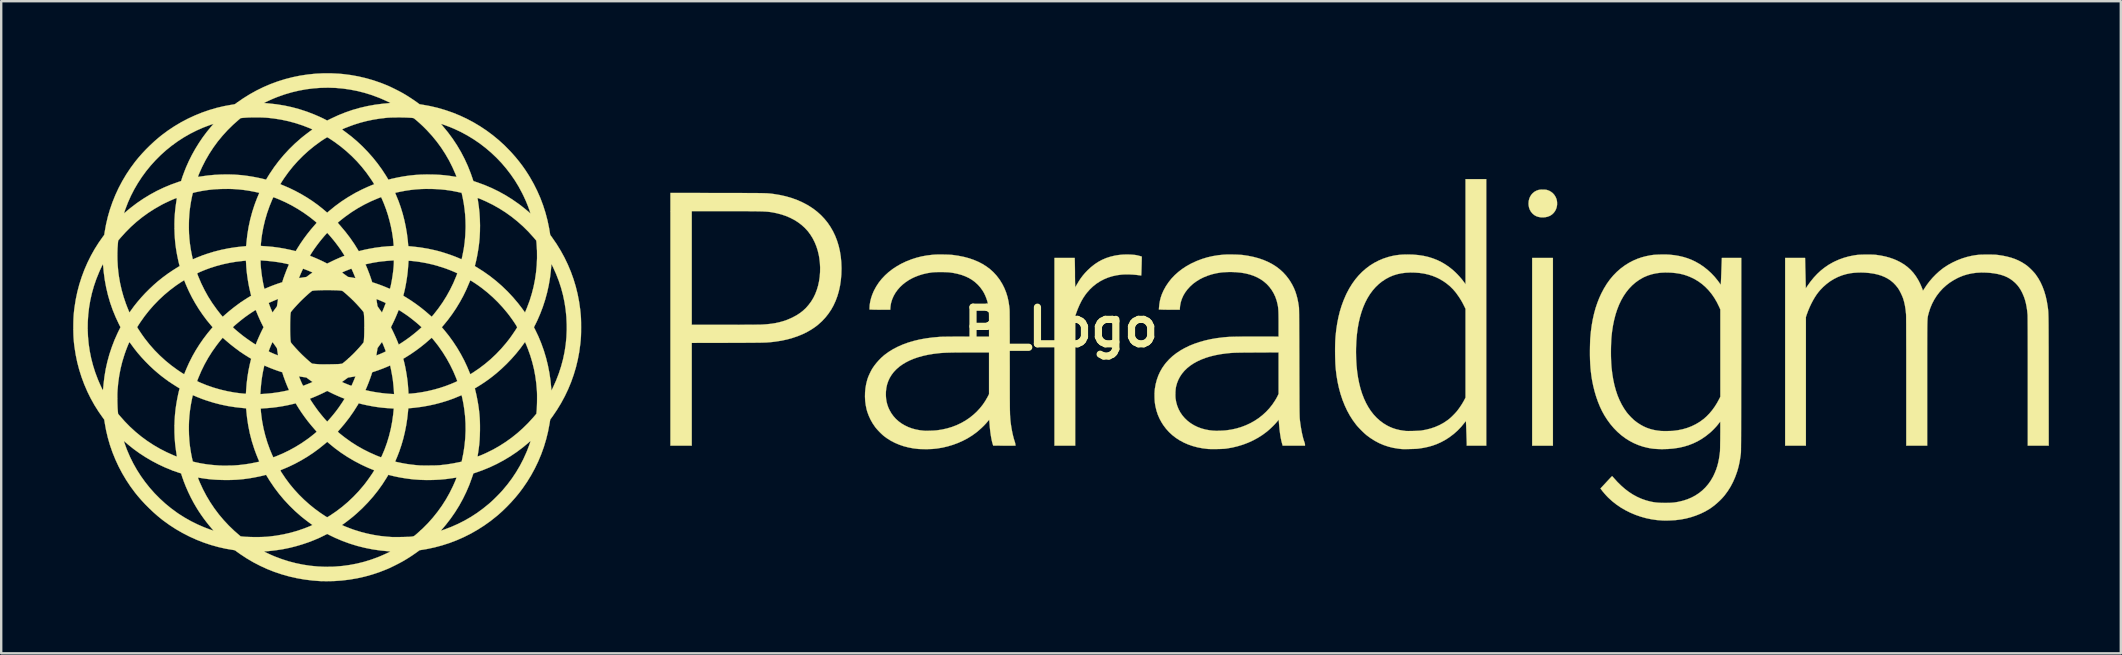
<source format=kicad_pcb>
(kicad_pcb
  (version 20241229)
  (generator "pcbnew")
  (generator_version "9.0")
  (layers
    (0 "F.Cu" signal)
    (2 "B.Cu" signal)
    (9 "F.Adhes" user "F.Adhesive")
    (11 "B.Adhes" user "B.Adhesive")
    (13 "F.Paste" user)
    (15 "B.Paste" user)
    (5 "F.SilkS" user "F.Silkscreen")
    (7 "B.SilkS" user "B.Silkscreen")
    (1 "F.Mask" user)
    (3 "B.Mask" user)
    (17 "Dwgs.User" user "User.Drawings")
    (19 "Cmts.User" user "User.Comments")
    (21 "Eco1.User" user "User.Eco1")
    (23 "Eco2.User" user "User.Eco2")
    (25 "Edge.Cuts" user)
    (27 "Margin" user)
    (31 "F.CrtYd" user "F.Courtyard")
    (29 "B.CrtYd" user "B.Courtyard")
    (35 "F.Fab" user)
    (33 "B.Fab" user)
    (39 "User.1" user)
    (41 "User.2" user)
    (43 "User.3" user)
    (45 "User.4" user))
  (footprint "P_Logo"
    (layer "F.Cu")
    (at 41.157 10.585)
    (property "Reference" "P_Logo" (at 0 0 0) (layer "F.SilkS") (effects (font (size 1.524 1.524) (thickness 0.3))))
    (attr through_hole)
    (fp_poly (pts (xy 20.498 4.936) (xy 19.634 4.936) (xy 19.634 -2.887) (xy 20.498 -2.887) (xy 20.498 4.936)) (stroke (width 0.01) (type solid)) (fill yes) (layer "F.SilkS"))
    (fp_poly (pts (xy 20.116 -5.736) (xy 20.175 -5.732) (xy 20.225 -5.726) (xy 20.252 -5.72) (xy 20.342 -5.688) (xy 20.424 -5.641) (xy 20.497 -5.583) (xy 20.558 -5.514) (xy 20.606 -5.436) (xy 20.607 -5.435) (xy 20.635 -5.373) (xy 20.654 -5.317) (xy 20.666 -5.259) (xy 20.672 -5.199) (xy 20.672 -5.1) (xy 20.656 -5.006) (xy 20.627 -4.917) (xy 20.584 -4.835) (xy 20.528 -4.762) (xy 20.462 -4.699) (xy 20.384 -4.648) (xy 20.365 -4.639) (xy 20.282 -4.607) (xy 20.19 -4.586) (xy 20.093 -4.577) (xy 19.995 -4.58) (xy 19.982 -4.581) (xy 19.887 -4.599) (xy 19.803 -4.628) (xy 19.728 -4.67) (xy 19.658 -4.726) (xy 19.646 -4.739) (xy 19.584 -4.812) (xy 19.537 -4.894) (xy 19.504 -4.984) (xy 19.486 -5.081) (xy 19.482 -5.15) (xy 19.489 -5.253) (xy 19.511 -5.349) (xy 19.547 -5.437) (xy 19.595 -5.516) (xy 19.656 -5.585) (xy 19.728 -5.644) (xy 19.811 -5.69) (xy 19.897 -5.72) (xy 19.939 -5.728) (xy 19.993 -5.734) (xy 20.053 -5.736) (xy 20.116 -5.736)) (stroke (width 0.01) (type solid)) (fill yes) (layer "F.SilkS"))
    (fp_poly (pts (xy 2.831 -3.029) (xy 2.93 -3.025) (xy 3.016 -3.019) (xy 3.094 -3.011) (xy 3.167 -2.998) (xy 3.239 -2.981) (xy 3.289 -2.967) (xy 3.322 -2.958) (xy 3.349 -2.95) (xy 3.364 -2.944) (xy 3.367 -2.943) (xy 3.368 -2.935) (xy 3.367 -2.911) (xy 3.367 -2.875) (xy 3.366 -2.828) (xy 3.365 -2.772) (xy 3.363 -2.71) (xy 3.362 -2.644) (xy 3.36 -2.576) (xy 3.358 -2.507) (xy 3.356 -2.441) (xy 3.354 -2.379) (xy 3.353 -2.322) (xy 3.351 -2.275) (xy 3.349 -2.237) (xy 3.348 -2.212) (xy 3.348 -2.205) (xy 3.343 -2.154) (xy 3.242 -2.169) (xy 3.122 -2.183) (xy 2.993 -2.194) (xy 2.862 -2.2) (xy 2.734 -2.202) (xy 2.613 -2.199) (xy 2.523 -2.193) (xy 2.33 -2.167) (xy 2.145 -2.127) (xy 1.967 -2.072) (xy 1.798 -2.002) (xy 1.637 -1.918) (xy 1.484 -1.82) (xy 1.341 -1.707) (xy 1.207 -1.581) (xy 1.084 -1.441) (xy 1.03 -1.372) (xy 0.938 -1.238) (xy 0.851 -1.09) (xy 0.771 -0.927) (xy 0.695 -0.75) (xy 0.634 -0.584) (xy 0.597 -0.478) (xy 0.595 2.229) (xy 0.593 4.936) (xy -0.271 4.936) (xy -0.271 -2.887) (xy 0.573 -2.887) (xy 0.579 -2.652) (xy 0.58 -2.573) (xy 0.582 -2.484) (xy 0.583 -2.39) (xy 0.584 -2.297) (xy 0.584 -2.213) (xy 0.584 -2.179) (xy 0.584 -2.108) (xy 0.585 -2.034) (xy 0.586 -1.961) (xy 0.587 -1.893) (xy 0.589 -1.835) (xy 0.59 -1.801) (xy 0.595 -1.66) (xy 0.657 -1.77) (xy 0.738 -1.907) (xy 0.82 -2.032) (xy 0.907 -2.148) (xy 1.001 -2.259) (xy 1.107 -2.37) (xy 1.112 -2.375) (xy 1.256 -2.508) (xy 1.404 -2.624) (xy 1.557 -2.725) (xy 1.716 -2.811) (xy 1.883 -2.882) (xy 2.058 -2.939) (xy 2.242 -2.983) (xy 2.299 -2.993) (xy 2.404 -3.009) (xy 2.505 -3.02) (xy 2.606 -3.027) (xy 2.714 -3.03) (xy 2.831 -3.029)) (stroke (width 0.01) (type solid)) (fill yes) (layer "F.SilkS"))
    (fp_poly (pts (xy -14.302 -5.594) (xy -14.084 -5.594) (xy -13.881 -5.593) (xy -13.694 -5.593) (xy -13.522 -5.593) (xy -13.363 -5.593) (xy -13.218 -5.592) (xy -13.086 -5.592) (xy -12.966 -5.591) (xy -12.857 -5.591) (xy -12.758 -5.59) (xy -12.669 -5.59) (xy -12.589 -5.589) (xy -12.517 -5.588) (xy -12.453 -5.587) (xy -12.396 -5.585) (xy -12.345 -5.584) (xy -12.299 -5.582) (xy -12.258 -5.581) (xy -12.221 -5.579) (xy -12.188 -5.576) (xy -12.157 -5.574) (xy -12.127 -5.571) (xy -12.099 -5.568) (xy -12.071 -5.565) (xy -12.043 -5.562) (xy -12.014 -5.558) (xy -11.983 -5.554) (xy -11.955 -5.55) (xy -11.702 -5.508) (xy -11.457 -5.453) (xy -11.221 -5.384) (xy -10.994 -5.302) (xy -10.777 -5.206) (xy -10.57 -5.098) (xy -10.504 -5.059) (xy -10.323 -4.94) (xy -10.154 -4.81) (xy -9.997 -4.668) (xy -9.853 -4.516) (xy -9.721 -4.353) (xy -9.603 -4.18) (xy -9.498 -3.997) (xy -9.406 -3.805) (xy -9.328 -3.603) (xy -9.263 -3.392) (xy -9.212 -3.173) (xy -9.175 -2.945) (xy -9.153 -2.709) (xy -9.144 -2.466) (xy -9.144 -2.443) (xy -9.151 -2.195) (xy -9.172 -1.957) (xy -9.206 -1.728) (xy -9.254 -1.509) (xy -9.315 -1.299) (xy -9.39 -1.098) (xy -9.477 -0.908) (xy -9.578 -0.728) (xy -9.693 -0.558) (xy -9.82 -0.399) (xy -9.96 -0.25) (xy -10.113 -0.112) (xy -10.215 -0.031) (xy -10.384 0.085) (xy -10.566 0.191) (xy -10.76 0.287) (xy -10.965 0.372) (xy -11.182 0.445) (xy -11.408 0.508) (xy -11.643 0.559) (xy -11.886 0.597) (xy -12.023 0.614) (xy -12.061 0.618) (xy -12.097 0.621) (xy -12.132 0.624) (xy -12.167 0.627) (xy -12.202 0.63) (xy -12.239 0.633) (xy -12.278 0.635) (xy -12.321 0.637) (xy -12.368 0.638) (xy -12.419 0.64) (xy -12.477 0.641) (xy -12.541 0.643) (xy -12.613 0.644) (xy -12.693 0.644) (xy -12.782 0.645) (xy -12.882 0.646) (xy -12.993 0.647) (xy -13.116 0.647) (xy -13.251 0.648) (xy -13.401 0.648) (xy -13.564 0.649) (xy -13.744 0.649) (xy -13.883 0.65) (xy -15.384 0.653) (xy -15.384 4.936) (xy -16.273 4.936) (xy -16.273 -0.102) (xy -15.384 -0.102) (xy -14.01 -0.102) (xy -13.847 -0.102) (xy -13.688 -0.102) (xy -13.535 -0.102) (xy -13.387 -0.103) (xy -13.247 -0.103) (xy -13.115 -0.104) (xy -12.993 -0.104) (xy -12.88 -0.105) (xy -12.778 -0.106) (xy -12.688 -0.106) (xy -12.612 -0.107) (xy -12.549 -0.108) (xy -12.501 -0.109) (xy -12.468 -0.11) (xy -12.464 -0.11) (xy -12.264 -0.124) (xy -12.078 -0.144) (xy -11.903 -0.171) (xy -11.737 -0.207) (xy -11.579 -0.251) (xy -11.425 -0.303) (xy -11.275 -0.366) (xy -11.18 -0.41) (xy -11.022 -0.495) (xy -10.877 -0.589) (xy -10.745 -0.692) (xy -10.624 -0.805) (xy -10.514 -0.931) (xy -10.411 -1.069) (xy -10.401 -1.084) (xy -10.313 -1.23) (xy -10.237 -1.387) (xy -10.173 -1.554) (xy -10.12 -1.73) (xy -10.08 -1.913) (xy -10.052 -2.101) (xy -10.037 -2.295) (xy -10.034 -2.491) (xy -10.045 -2.688) (xy -10.069 -2.887) (xy -10.088 -2.997) (xy -10.133 -3.187) (xy -10.191 -3.369) (xy -10.262 -3.543) (xy -10.345 -3.707) (xy -10.441 -3.861) (xy -10.547 -4.003) (xy -10.556 -4.013) (xy -10.676 -4.143) (xy -10.809 -4.263) (xy -10.955 -4.373) (xy -11.112 -4.472) (xy -11.28 -4.559) (xy -11.458 -4.635) (xy -11.646 -4.699) (xy -11.842 -4.75) (xy -11.9 -4.762) (xy -11.942 -4.771) (xy -11.982 -4.779) (xy -12.021 -4.786) (xy -12.058 -4.792) (xy -12.095 -4.798) (xy -12.133 -4.803) (xy -12.173 -4.808) (xy -12.216 -4.813) (xy -12.261 -4.816) (xy -12.311 -4.82) (xy -12.366 -4.822) (xy -12.427 -4.825) (xy -12.495 -4.827) (xy -12.57 -4.829) (xy -12.654 -4.83) (xy -12.747 -4.831) (xy -12.85 -4.832) (xy -12.964 -4.833) (xy -13.09 -4.834) (xy -13.228 -4.834) (xy -13.38 -4.834) (xy -13.547 -4.834) (xy -13.728 -4.834) (xy -13.926 -4.834) (xy -13.938 -4.834) (xy -15.384 -4.834) (xy -15.384 -0.102) (xy -16.273 -0.102) (xy -16.273 -5.597) (xy -14.302 -5.594)) (stroke (width 0.01) (type solid)) (fill yes) (layer "F.SilkS"))
    (fp_poly (pts (xy 17.721 4.936) (xy 16.908 4.936) (xy 16.908 4.883) (xy 16.908 4.859) (xy 16.907 4.821) (xy 16.906 4.77) (xy 16.904 4.709) (xy 16.902 4.639) (xy 16.899 4.564) (xy 16.897 4.485) (xy 16.894 4.404) (xy 16.891 4.324) (xy 16.889 4.247) (xy 16.886 4.175) (xy 16.884 4.11) (xy 16.881 4.055) (xy 16.879 4.011) (xy 16.878 3.981) (xy 16.877 3.973) (xy 16.873 3.903) (xy 16.813 3.981) (xy 16.675 4.149) (xy 16.527 4.304) (xy 16.368 4.445) (xy 16.198 4.574) (xy 16.146 4.61) (xy 15.985 4.71) (xy 15.821 4.797) (xy 15.653 4.871) (xy 15.478 4.934) (xy 15.294 4.985) (xy 15.101 5.026) (xy 14.895 5.057) (xy 14.876 5.059) (xy 14.841 5.063) (xy 14.793 5.066) (xy 14.735 5.069) (xy 14.668 5.071) (xy 14.597 5.073) (xy 14.524 5.075) (xy 14.451 5.077) (xy 14.382 5.078) (xy 14.318 5.078) (xy 14.264 5.078) (xy 14.221 5.076) (xy 14.194 5.075) (xy 14.173 5.072) (xy 14.139 5.069) (xy 14.098 5.064) (xy 14.053 5.058) (xy 14.05 5.058) (xy 13.845 5.025) (xy 13.644 4.975) (xy 13.449 4.91) (xy 13.259 4.829) (xy 13.075 4.731) (xy 12.895 4.617) (xy 12.741 4.504) (xy 12.695 4.465) (xy 12.641 4.417) (xy 12.582 4.361) (xy 12.52 4.3) (xy 12.459 4.238) (xy 12.401 4.177) (xy 12.349 4.12) (xy 12.306 4.069) (xy 12.299 4.06) (xy 12.164 3.878) (xy 12.04 3.684) (xy 11.926 3.477) (xy 11.824 3.258) (xy 11.732 3.028) (xy 11.652 2.788) (xy 11.584 2.538) (xy 11.527 2.278) (xy 11.482 2.009) (xy 11.452 1.757) (xy 11.443 1.65) (xy 11.435 1.529) (xy 11.43 1.398) (xy 11.426 1.26) (xy 11.423 1.118) (xy 11.423 1.029) (xy 12.294 1.029) (xy 12.299 1.312) (xy 12.315 1.585) (xy 12.341 1.845) (xy 12.377 2.094) (xy 12.424 2.331) (xy 12.48 2.556) (xy 12.547 2.768) (xy 12.624 2.968) (xy 12.711 3.155) (xy 12.807 3.329) (xy 12.913 3.491) (xy 13.029 3.639) (xy 13.154 3.773) (xy 13.289 3.894) (xy 13.434 4.002) (xy 13.587 4.095) (xy 13.684 4.144) (xy 13.818 4.201) (xy 13.962 4.248) (xy 14.112 4.284) (xy 14.262 4.309) (xy 14.262 4.309) (xy 14.3 4.313) (xy 14.333 4.318) (xy 14.358 4.321) (xy 14.364 4.322) (xy 14.388 4.323) (xy 14.427 4.324) (xy 14.478 4.325) (xy 14.537 4.324) (xy 14.602 4.323) (xy 14.671 4.322) (xy 14.74 4.32) (xy 14.807 4.318) (xy 14.87 4.315) (xy 14.924 4.312) (xy 14.969 4.309) (xy 15.001 4.306) (xy 15.003 4.306) (xy 15.209 4.269) (xy 15.407 4.219) (xy 15.594 4.155) (xy 15.772 4.077) (xy 15.94 3.986) (xy 16.097 3.881) (xy 16.184 3.814) (xy 16.236 3.769) (xy 16.294 3.715) (xy 16.355 3.654) (xy 16.415 3.592) (xy 16.47 3.531) (xy 16.517 3.475) (xy 16.526 3.463) (xy 16.609 3.35) (xy 16.689 3.231) (xy 16.762 3.11) (xy 16.825 2.994) (xy 16.828 2.988) (xy 16.857 2.93) (xy 16.857 -0.768) (xy 16.798 -0.888) (xy 16.761 -0.961) (xy 16.728 -1.025) (xy 16.695 -1.084) (xy 16.66 -1.142) (xy 16.621 -1.205) (xy 16.574 -1.277) (xy 16.573 -1.278) (xy 16.461 -1.435) (xy 16.34 -1.578) (xy 16.21 -1.707) (xy 16.069 -1.823) (xy 15.96 -1.901) (xy 15.804 -1.996) (xy 15.643 -2.077) (xy 15.477 -2.143) (xy 15.304 -2.196) (xy 15.123 -2.237) (xy 14.932 -2.264) (xy 14.761 -2.277) (xy 14.559 -2.281) (xy 14.365 -2.271) (xy 14.18 -2.247) (xy 14.005 -2.209) (xy 13.84 -2.157) (xy 13.693 -2.095) (xy 13.533 -2.01) (xy 13.382 -1.911) (xy 13.241 -1.798) (xy 13.109 -1.672) (xy 12.987 -1.532) (xy 12.874 -1.378) (xy 12.771 -1.212) (xy 12.678 -1.032) (xy 12.595 -0.84) (xy 12.522 -0.635) (xy 12.459 -0.418) (xy 12.405 -0.188) (xy 12.363 0.053) (xy 12.33 0.307) (xy 12.308 0.572) (xy 12.296 0.849) (xy 12.294 1.029) (xy 11.423 1.029) (xy 11.422 0.974) (xy 11.423 0.833) (xy 11.426 0.697) (xy 11.43 0.57) (xy 11.437 0.454) (xy 11.442 0.381) (xy 11.471 0.103) (xy 11.511 -0.163) (xy 11.561 -0.417) (xy 11.621 -0.66) (xy 11.693 -0.894) (xy 11.776 -1.119) (xy 11.87 -1.338) (xy 11.904 -1.41) (xy 12.013 -1.616) (xy 12.132 -1.808) (xy 12.261 -1.988) (xy 12.4 -2.154) (xy 12.548 -2.306) (xy 12.706 -2.444) (xy 12.872 -2.569) (xy 13.047 -2.679) (xy 13.231 -2.775) (xy 13.423 -2.857) (xy 13.624 -2.923) (xy 13.738 -2.954) (xy 13.855 -2.98) (xy 13.97 -3) (xy 14.087 -3.015) (xy 14.211 -3.025) (xy 14.344 -3.03) (xy 14.458 -3.031) (xy 14.686 -3.025) (xy 14.905 -3.005) (xy 15.113 -2.973) (xy 15.313 -2.927) (xy 15.504 -2.867) (xy 15.688 -2.794) (xy 15.866 -2.706) (xy 16.037 -2.604) (xy 16.203 -2.487) (xy 16.336 -2.379) (xy 16.428 -2.295) (xy 16.523 -2.2) (xy 16.617 -2.098) (xy 16.707 -1.993) (xy 16.788 -1.888) (xy 16.813 -1.854) (xy 16.857 -1.791) (xy 16.857 -6.172) (xy 17.721 -6.172) (xy 17.721 4.936)) (stroke (width 0.01) (type solid)) (fill yes) (layer "F.SilkS"))
    (fp_poly (pts (xy 33.661 -3.027) (xy 33.741 -3.026) (xy 33.816 -3.025) (xy 33.881 -3.022) (xy 33.934 -3.018) (xy 33.96 -3.016) (xy 34.157 -2.986) (xy 34.342 -2.949) (xy 34.515 -2.902) (xy 34.68 -2.846) (xy 34.816 -2.79) (xy 34.981 -2.707) (xy 35.134 -2.614) (xy 35.273 -2.51) (xy 35.401 -2.394) (xy 35.518 -2.266) (xy 35.623 -2.125) (xy 35.718 -1.972) (xy 35.763 -1.887) (xy 35.789 -1.835) (xy 35.815 -1.779) (xy 35.84 -1.721) (xy 35.863 -1.666) (xy 35.883 -1.617) (xy 35.897 -1.577) (xy 35.903 -1.556) (xy 35.91 -1.537) (xy 35.916 -1.528) (xy 35.922 -1.533) (xy 35.936 -1.55) (xy 35.954 -1.576) (xy 35.974 -1.608) (xy 36.076 -1.761) (xy 36.191 -1.913) (xy 36.316 -2.059) (xy 36.45 -2.197) (xy 36.589 -2.325) (xy 36.731 -2.439) (xy 36.783 -2.478) (xy 36.96 -2.593) (xy 37.147 -2.696) (xy 37.342 -2.787) (xy 37.543 -2.865) (xy 37.747 -2.928) (xy 37.952 -2.976) (xy 38.02 -2.988) (xy 38.081 -2.998) (xy 38.135 -3.006) (xy 38.186 -3.012) (xy 38.235 -3.017) (xy 38.285 -3.021) (xy 38.34 -3.024) (xy 38.402 -3.025) (xy 38.473 -3.026) (xy 38.557 -3.027) (xy 38.612 -3.027) (xy 38.697 -3.026) (xy 38.768 -3.026) (xy 38.827 -3.025) (xy 38.876 -3.024) (xy 38.918 -3.022) (xy 38.957 -3.02) (xy 38.993 -3.016) (xy 39.03 -3.012) (xy 39.069 -3.007) (xy 39.261 -2.977) (xy 39.438 -2.939) (xy 39.603 -2.894) (xy 39.756 -2.841) (xy 39.901 -2.778) (xy 40.037 -2.707) (xy 40.167 -2.625) (xy 40.237 -2.576) (xy 40.288 -2.535) (xy 40.345 -2.484) (xy 40.406 -2.427) (xy 40.467 -2.366) (xy 40.524 -2.305) (xy 40.575 -2.248) (xy 40.613 -2.2) (xy 40.72 -2.043) (xy 40.815 -1.874) (xy 40.898 -1.692) (xy 40.97 -1.499) (xy 41.03 -1.295) (xy 41.078 -1.079) (xy 41.105 -0.917) (xy 41.11 -0.888) (xy 41.113 -0.862) (xy 41.117 -0.837) (xy 41.121 -0.813) (xy 41.124 -0.79) (xy 41.127 -0.766) (xy 41.13 -0.741) (xy 41.132 -0.715) (xy 41.134 -0.687) (xy 41.137 -0.657) (xy 41.139 -0.623) (xy 41.14 -0.586) (xy 41.142 -0.544) (xy 41.143 -0.497) (xy 41.145 -0.445) (xy 41.146 -0.387) (xy 41.147 -0.322) (xy 41.148 -0.249) (xy 41.149 -0.169) (xy 41.15 -0.081) (xy 41.15 0.017) (xy 41.151 0.124) (xy 41.151 0.242) (xy 41.152 0.37) (xy 41.152 0.51) (xy 41.152 0.662) (xy 41.153 0.826) (xy 41.153 1.004) (xy 41.153 1.195) (xy 41.153 1.401) (xy 41.154 1.621) (xy 41.154 1.858) (xy 41.154 2.11) (xy 41.154 2.208) (xy 41.157 4.936) (xy 40.284 4.936) (xy 40.284 2.262) (xy 40.284 1.979) (xy 40.284 1.71) (xy 40.284 1.456) (xy 40.284 1.216) (xy 40.284 0.991) (xy 40.283 0.781) (xy 40.283 0.585) (xy 40.283 0.405) (xy 40.282 0.241) (xy 40.282 0.092) (xy 40.281 -0.041) (xy 40.28 -0.159) (xy 40.28 -0.26) (xy 40.279 -0.346) (xy 40.278 -0.415) (xy 40.278 -0.467) (xy 40.277 -0.503) (xy 40.276 -0.522) (xy 40.259 -0.695) (xy 40.235 -0.855) (xy 40.205 -1.004) (xy 40.168 -1.143) (xy 40.123 -1.274) (xy 40.069 -1.401) (xy 40.042 -1.458) (xy 39.984 -1.566) (xy 39.922 -1.661) (xy 39.854 -1.749) (xy 39.776 -1.833) (xy 39.75 -1.858) (xy 39.651 -1.943) (xy 39.545 -2.018) (xy 39.431 -2.083) (xy 39.306 -2.138) (xy 39.171 -2.183) (xy 39.025 -2.22) (xy 38.865 -2.248) (xy 38.693 -2.268) (xy 38.551 -2.277) (xy 38.344 -2.281) (xy 38.145 -2.27) (xy 37.955 -2.244) (xy 37.771 -2.204) (xy 37.594 -2.15) (xy 37.423 -2.081) (xy 37.354 -2.048) (xy 37.187 -1.957) (xy 37.034 -1.859) (xy 36.894 -1.752) (xy 36.764 -1.635) (xy 36.741 -1.613) (xy 36.609 -1.469) (xy 36.491 -1.315) (xy 36.387 -1.151) (xy 36.297 -0.979) (xy 36.221 -0.799) (xy 36.161 -0.611) (xy 36.148 -0.562) (xy 36.143 -0.543) (xy 36.138 -0.525) (xy 36.134 -0.508) (xy 36.129 -0.492) (xy 36.125 -0.476) (xy 36.122 -0.46) (xy 36.119 -0.442) (xy 36.116 -0.423) (xy 36.113 -0.402) (xy 36.11 -0.378) (xy 36.108 -0.351) (xy 36.106 -0.319) (xy 36.104 -0.283) (xy 36.102 -0.242) (xy 36.101 -0.195) (xy 36.099 -0.142) (xy 36.098 -0.082) (xy 36.097 -0.015) (xy 36.096 0.061) (xy 36.096 0.145) (xy 36.095 0.239) (xy 36.095 0.342) (xy 36.094 0.456) (xy 36.094 0.581) (xy 36.094 0.717) (xy 36.093 0.866) (xy 36.093 1.027) (xy 36.093 1.202) (xy 36.093 1.39) (xy 36.093 1.593) (xy 36.093 1.811) (xy 36.093 2.045) (xy 36.093 2.295) (xy 36.093 4.936) (xy 35.221 4.936) (xy 35.221 2.25) (xy 35.221 1.95) (xy 35.221 1.667) (xy 35.221 1.402) (xy 35.221 1.153) (xy 35.221 0.921) (xy 35.22 0.706) (xy 35.22 0.508) (xy 35.219 0.327) (xy 35.219 0.163) (xy 35.218 0.016) (xy 35.218 -0.115) (xy 35.217 -0.228) (xy 35.216 -0.325) (xy 35.216 -0.405) (xy 35.215 -0.468) (xy 35.214 -0.514) (xy 35.213 -0.543) (xy 35.212 -0.551) (xy 35.194 -0.726) (xy 35.168 -0.894) (xy 35.134 -1.051) (xy 35.092 -1.194) (xy 35.089 -1.202) (xy 35.068 -1.259) (xy 35.04 -1.324) (xy 35.008 -1.394) (xy 34.973 -1.464) (xy 34.938 -1.53) (xy 34.904 -1.588) (xy 34.873 -1.634) (xy 34.872 -1.636) (xy 34.78 -1.751) (xy 34.681 -1.854) (xy 34.572 -1.945) (xy 34.453 -2.024) (xy 34.323 -2.092) (xy 34.183 -2.15) (xy 34.032 -2.196) (xy 33.868 -2.233) (xy 33.691 -2.259) (xy 33.501 -2.276) (xy 33.473 -2.277) (xy 33.336 -2.281) (xy 33.196 -2.278) (xy 33.058 -2.27) (xy 32.929 -2.255) (xy 32.906 -2.252) (xy 32.724 -2.215) (xy 32.546 -2.163) (xy 32.374 -2.095) (xy 32.209 -2.012) (xy 32.05 -1.915) (xy 31.9 -1.803) (xy 31.758 -1.678) (xy 31.626 -1.54) (xy 31.559 -1.46) (xy 31.484 -1.36) (xy 31.409 -1.245) (xy 31.335 -1.118) (xy 31.264 -0.983) (xy 31.197 -0.841) (xy 31.136 -0.697) (xy 31.082 -0.551) (xy 31.069 -0.514) (xy 31.039 -0.423) (xy 31.039 4.936) (xy 30.175 4.936) (xy 30.175 -2.887) (xy 31.005 -2.887) (xy 31.006 -2.851) (xy 31.006 -2.837) (xy 31.007 -2.807) (xy 31.008 -2.763) (xy 31.009 -2.707) (xy 31.011 -2.639) (xy 31.012 -2.562) (xy 31.014 -2.477) (xy 31.017 -2.385) (xy 31.019 -2.288) (xy 31.021 -2.218) (xy 31.035 -1.621) (xy 31.097 -1.714) (xy 31.23 -1.899) (xy 31.367 -2.068) (xy 31.51 -2.221) (xy 31.66 -2.361) (xy 31.818 -2.486) (xy 31.983 -2.599) (xy 32.158 -2.699) (xy 32.237 -2.739) (xy 32.428 -2.824) (xy 32.625 -2.894) (xy 32.83 -2.951) (xy 33.044 -2.994) (xy 33.16 -3.011) (xy 33.204 -3.016) (xy 33.262 -3.02) (xy 33.331 -3.023) (xy 33.409 -3.025) (xy 33.491 -3.027) (xy 33.576 -3.027) (xy 33.661 -3.027)) (stroke (width 0.01) (type solid)) (fill yes) (layer "F.SilkS"))
    (fp_poly (pts (xy -4.911 -3.029) (xy -4.821 -3.027) (xy -4.735 -3.025) (xy -4.655 -3.022) (xy -4.583 -3.018) (xy -4.525 -3.013) (xy -4.504 -3.011) (xy -4.267 -2.976) (xy -4.042 -2.931) (xy -3.829 -2.874) (xy -3.629 -2.805) (xy -3.442 -2.725) (xy -3.266 -2.634) (xy -3.103 -2.531) (xy -2.952 -2.417) (xy -2.813 -2.291) (xy -2.686 -2.153) (xy -2.571 -2.004) (xy -2.541 -1.96) (xy -2.442 -1.798) (xy -2.357 -1.629) (xy -2.286 -1.452) (xy -2.228 -1.267) (xy -2.185 -1.073) (xy -2.154 -0.869) (xy -2.142 -0.741) (xy -2.141 -0.718) (xy -2.14 -0.677) (xy -2.139 -0.621) (xy -2.139 -0.548) (xy -2.138 -0.458) (xy -2.137 -0.353) (xy -2.136 -0.232) (xy -2.136 -0.095) (xy -2.135 0.058) (xy -2.135 0.226) (xy -2.134 0.409) (xy -2.134 0.607) (xy -2.134 0.82) (xy -2.134 1.047) (xy -2.134 1.29) (xy -2.134 1.422) (xy -2.133 1.651) (xy -2.133 1.864) (xy -2.133 2.062) (xy -2.133 2.244) (xy -2.133 2.412) (xy -2.133 2.567) (xy -2.132 2.709) (xy -2.132 2.839) (xy -2.132 2.957) (xy -2.131 3.065) (xy -2.13 3.163) (xy -2.13 3.251) (xy -2.129 3.331) (xy -2.128 3.403) (xy -2.127 3.467) (xy -2.125 3.525) (xy -2.124 3.578) (xy -2.123 3.625) (xy -2.121 3.667) (xy -2.119 3.706) (xy -2.117 3.741) (xy -2.115 3.775) (xy -2.112 3.806) (xy -2.11 3.837) (xy -2.108 3.861) (xy -2.096 3.971) (xy -2.08 4.087) (xy -2.061 4.204) (xy -2.04 4.321) (xy -2.017 4.434) (xy -1.992 4.539) (xy -1.967 4.635) (xy -1.942 4.718) (xy -1.934 4.741) (xy -1.918 4.791) (xy -1.906 4.839) (xy -1.899 4.877) (xy -1.899 4.883) (xy -1.895 4.936) (xy -2.359 4.934) (xy -2.823 4.932) (xy -2.847 4.857) (xy -2.867 4.786) (xy -2.886 4.702) (xy -2.905 4.605) (xy -2.923 4.5) (xy -2.939 4.388) (xy -2.953 4.273) (xy -2.965 4.156) (xy -2.972 4.064) (xy -2.976 4.014) (xy -2.98 3.967) (xy -2.983 3.928) (xy -2.986 3.899) (xy -2.988 3.888) (xy -2.993 3.853) (xy -3.032 3.901) (xy -3.114 3.998) (xy -3.209 4.099) (xy -3.312 4.199) (xy -3.421 4.296) (xy -3.531 4.387) (xy -3.533 4.389) (xy -3.705 4.513) (xy -3.889 4.627) (xy -4.084 4.729) (xy -4.288 4.82) (xy -4.498 4.898) (xy -4.715 4.963) (xy -4.935 5.015) (xy -5.158 5.052) (xy -5.342 5.071) (xy -5.394 5.074) (xy -5.458 5.076) (xy -5.531 5.078) (xy -5.609 5.079) (xy -5.689 5.078) (xy -5.767 5.078) (xy -5.839 5.076) (xy -5.901 5.074) (xy -5.948 5.071) (xy -6.156 5.046) (xy -6.359 5.007) (xy -6.556 4.956) (xy -6.745 4.891) (xy -6.925 4.814) (xy -7.096 4.725) (xy -7.255 4.624) (xy -7.379 4.532) (xy -7.434 4.485) (xy -7.495 4.428) (xy -7.558 4.366) (xy -7.62 4.301) (xy -7.676 4.238) (xy -7.724 4.181) (xy -7.741 4.159) (xy -7.845 4.007) (xy -7.935 3.848) (xy -8.01 3.685) (xy -8.071 3.518) (xy -8.099 3.419) (xy -8.134 3.248) (xy -8.157 3.072) (xy -8.166 2.893) (xy -8.165 2.845) (xy -7.296 2.845) (xy -7.286 2.98) (xy -7.266 3.106) (xy -7.235 3.225) (xy -7.193 3.344) (xy -7.145 3.448) (xy -7.07 3.581) (xy -6.982 3.703) (xy -6.881 3.816) (xy -6.767 3.919) (xy -6.642 4.011) (xy -6.506 4.091) (xy -6.36 4.161) (xy -6.205 4.218) (xy -6.041 4.262) (xy -5.868 4.294) (xy -5.694 4.313) (xy -5.654 4.314) (xy -5.6 4.315) (xy -5.538 4.314) (xy -5.469 4.312) (xy -5.398 4.31) (xy -5.329 4.307) (xy -5.265 4.304) (xy -5.21 4.299) (xy -5.182 4.297) (xy -4.962 4.264) (xy -4.749 4.217) (xy -4.542 4.155) (xy -4.343 4.079) (xy -4.152 3.988) (xy -3.97 3.884) (xy -3.797 3.766) (xy -3.634 3.634) (xy -3.505 3.514) (xy -3.376 3.374) (xy -3.257 3.225) (xy -3.151 3.068) (xy -3.059 2.908) (xy -3.054 2.899) (xy -2.997 2.787) (xy -2.997 1.05) (xy -3.766 1.05) (xy -3.935 1.05) (xy -4.088 1.05) (xy -4.227 1.051) (xy -4.352 1.052) (xy -4.465 1.053) (xy -4.567 1.055) (xy -4.659 1.057) (xy -4.742 1.06) (xy -4.817 1.062) (xy -4.886 1.066) (xy -4.949 1.07) (xy -5.009 1.074) (xy -5.064 1.079) (xy -5.072 1.08) (xy -5.307 1.108) (xy -5.531 1.145) (xy -5.742 1.191) (xy -5.941 1.246) (xy -6.128 1.31) (xy -6.301 1.382) (xy -6.461 1.463) (xy -6.608 1.552) (xy -6.742 1.648) (xy -6.861 1.753) (xy -6.967 1.865) (xy -7.058 1.985) (xy -7.135 2.111) (xy -7.197 2.245) (xy -7.245 2.386) (xy -7.277 2.534) (xy -7.294 2.688) (xy -7.296 2.845) (xy -8.165 2.845) (xy -8.162 2.713) (xy -8.145 2.535) (xy -8.115 2.361) (xy -8.073 2.195) (xy -8.039 2.093) (xy -8.018 2.04) (xy -7.99 1.978) (xy -7.96 1.912) (xy -7.927 1.846) (xy -7.895 1.784) (xy -7.865 1.732) (xy -7.852 1.71) (xy -7.773 1.596) (xy -7.683 1.482) (xy -7.584 1.37) (xy -7.481 1.266) (xy -7.377 1.174) (xy -7.35 1.152) (xy -7.18 1.028) (xy -6.996 0.914) (xy -6.799 0.812) (xy -6.59 0.72) (xy -6.368 0.639) (xy -6.134 0.57) (xy -5.887 0.511) (xy -5.627 0.464) (xy -5.356 0.428) (xy -5.071 0.403) (xy -5.001 0.398) (xy -4.97 0.397) (xy -4.923 0.396) (xy -4.862 0.395) (xy -4.788 0.394) (xy -4.701 0.393) (xy -4.603 0.392) (xy -4.496 0.391) (xy -4.38 0.39) (xy -4.256 0.39) (xy -4.127 0.39) (xy -3.992 0.389) (xy -3.923 0.389) (xy -2.997 0.389) (xy -2.997 -0.138) (xy -2.997 -0.258) (xy -2.998 -0.364) (xy -2.998 -0.455) (xy -2.999 -0.535) (xy -3.001 -0.604) (xy -3.003 -0.664) (xy -3.006 -0.716) (xy -3.009 -0.763) (xy -3.013 -0.806) (xy -3.018 -0.847) (xy -3.025 -0.886) (xy -3.032 -0.926) (xy -3.04 -0.968) (xy -3.068 -1.084) (xy -3.107 -1.201) (xy -3.153 -1.317) (xy -3.205 -1.426) (xy -3.262 -1.522) (xy -3.266 -1.528) (xy -3.359 -1.657) (xy -3.462 -1.773) (xy -3.576 -1.877) (xy -3.699 -1.97) (xy -3.834 -2.051) (xy -3.98 -2.12) (xy -4.138 -2.179) (xy -4.308 -2.226) (xy -4.491 -2.264) (xy -4.623 -2.283) (xy -4.679 -2.289) (xy -4.748 -2.293) (xy -4.826 -2.296) (xy -4.912 -2.298) (xy -5 -2.299) (xy -5.089 -2.298) (xy -5.174 -2.297) (xy -5.253 -2.294) (xy -5.323 -2.29) (xy -5.379 -2.285) (xy -5.389 -2.283) (xy -5.579 -2.252) (xy -5.759 -2.21) (xy -5.93 -2.156) (xy -6.095 -2.091) (xy -6.186 -2.049) (xy -6.333 -1.969) (xy -6.47 -1.878) (xy -6.595 -1.779) (xy -6.709 -1.671) (xy -6.81 -1.555) (xy -6.898 -1.433) (xy -6.971 -1.305) (xy -7.03 -1.171) (xy -7.073 -1.034) (xy -7.086 -0.978) (xy -7.094 -0.929) (xy -7.102 -0.875) (xy -7.107 -0.824) (xy -7.108 -0.811) (xy -7.114 -0.728) (xy -7.391 -0.728) (xy -7.467 -0.728) (xy -7.546 -0.729) (xy -7.624 -0.73) (xy -7.696 -0.731) (xy -7.761 -0.732) (xy -7.812 -0.733) (xy -7.822 -0.734) (xy -7.976 -0.739) (xy -7.976 -0.805) (xy -7.969 -0.93) (xy -7.948 -1.062) (xy -7.915 -1.199) (xy -7.87 -1.338) (xy -7.814 -1.477) (xy -7.785 -1.537) (xy -7.694 -1.704) (xy -7.588 -1.864) (xy -7.467 -2.016) (xy -7.332 -2.159) (xy -7.184 -2.294) (xy -7.023 -2.419) (xy -6.849 -2.534) (xy -6.664 -2.64) (xy -6.466 -2.735) (xy -6.427 -2.752) (xy -6.221 -2.832) (xy -6.015 -2.898) (xy -5.805 -2.951) (xy -5.588 -2.99) (xy -5.363 -3.017) (xy -5.292 -3.023) (xy -5.235 -3.026) (xy -5.165 -3.029) (xy -5.086 -3.03) (xy -5 -3.03) (xy -4.911 -3.029)) (stroke (width 0.01) (type solid)) (fill yes) (layer "F.SilkS"))
    (fp_poly (pts (xy 7.155 -3.029) (xy 7.244 -3.027) (xy 7.331 -3.025) (xy 7.411 -3.021) (xy 7.482 -3.017) (xy 7.54 -3.013) (xy 7.561 -3.011) (xy 7.798 -2.976) (xy 8.023 -2.93) (xy 8.236 -2.873) (xy 8.436 -2.804) (xy 8.624 -2.724) (xy 8.799 -2.633) (xy 8.962 -2.53) (xy 9.114 -2.415) (xy 9.253 -2.289) (xy 9.38 -2.151) (xy 9.495 -2.002) (xy 9.555 -1.911) (xy 9.634 -1.778) (xy 9.703 -1.641) (xy 9.762 -1.499) (xy 9.811 -1.349) (xy 9.853 -1.191) (xy 9.887 -1.02) (xy 9.915 -0.836) (xy 9.916 -0.83) (xy 9.917 -0.816) (xy 9.918 -0.792) (xy 9.919 -0.759) (xy 9.92 -0.715) (xy 9.921 -0.66) (xy 9.922 -0.595) (xy 9.923 -0.517) (xy 9.923 -0.428) (xy 9.924 -0.326) (xy 9.925 -0.212) (xy 9.926 -0.084) (xy 9.926 0.058) (xy 9.927 0.213) (xy 9.928 0.383) (xy 9.929 0.568) (xy 9.929 0.768) (xy 9.93 0.984) (xy 9.931 1.216) (xy 9.931 1.464) (xy 9.931 1.473) (xy 9.932 1.705) (xy 9.932 1.92) (xy 9.933 2.12) (xy 9.933 2.304) (xy 9.934 2.474) (xy 9.935 2.631) (xy 9.935 2.774) (xy 9.936 2.905) (xy 9.936 3.024) (xy 9.937 3.131) (xy 9.937 3.228) (xy 9.938 3.315) (xy 9.939 3.393) (xy 9.939 3.462) (xy 9.94 3.523) (xy 9.941 3.577) (xy 9.942 3.624) (xy 9.943 3.665) (xy 9.944 3.7) (xy 9.945 3.73) (xy 9.946 3.756) (xy 9.947 3.778) (xy 9.948 3.798) (xy 9.95 3.815) (xy 9.951 3.83) (xy 9.951 3.831) (xy 9.968 3.976) (xy 9.989 4.119) (xy 10.012 4.258) (xy 10.037 4.391) (xy 10.065 4.515) (xy 10.093 4.628) (xy 10.123 4.728) (xy 10.147 4.795) (xy 10.159 4.835) (xy 10.167 4.873) (xy 10.168 4.895) (xy 10.168 4.936) (xy 9.239 4.936) (xy 9.213 4.845) (xy 9.182 4.726) (xy 9.155 4.592) (xy 9.131 4.442) (xy 9.11 4.278) (xy 9.093 4.099) (xy 9.084 3.992) (xy 9.081 3.946) (xy 9.078 3.907) (xy 9.075 3.876) (xy 9.073 3.858) (xy 9.073 3.854) (xy 9.067 3.859) (xy 9.053 3.875) (xy 9.035 3.897) (xy 9.032 3.901) (xy 8.975 3.969) (xy 8.907 4.044) (xy 8.831 4.122) (xy 8.751 4.199) (xy 8.67 4.273) (xy 8.591 4.341) (xy 8.572 4.356) (xy 8.397 4.486) (xy 8.21 4.605) (xy 8.012 4.712) (xy 7.806 4.807) (xy 7.591 4.889) (xy 7.369 4.957) (xy 7.142 5.012) (xy 6.911 5.052) (xy 6.858 5.059) (xy 6.817 5.063) (xy 6.761 5.067) (xy 6.695 5.07) (xy 6.621 5.073) (xy 6.541 5.075) (xy 6.46 5.076) (xy 6.38 5.077) (xy 6.303 5.077) (xy 6.234 5.076) (xy 6.175 5.074) (xy 6.128 5.072) (xy 6.117 5.071) (xy 5.899 5.044) (xy 5.69 5.004) (xy 5.489 4.95) (xy 5.299 4.884) (xy 5.118 4.805) (xy 4.948 4.714) (xy 4.788 4.61) (xy 4.64 4.495) (xy 4.503 4.368) (xy 4.378 4.229) (xy 4.265 4.079) (xy 4.19 3.961) (xy 4.106 3.806) (xy 4.037 3.647) (xy 3.982 3.482) (xy 3.94 3.309) (xy 3.919 3.191) (xy 3.91 3.118) (xy 3.904 3.032) (xy 3.9 2.939) (xy 3.899 2.844) (xy 3.899 2.841) (xy 4.768 2.841) (xy 4.77 2.91) (xy 4.774 2.968) (xy 4.775 2.969) (xy 4.802 3.124) (xy 4.844 3.273) (xy 4.902 3.416) (xy 4.974 3.55) (xy 5.061 3.676) (xy 5.158 3.789) (xy 5.276 3.901) (xy 5.405 3.999) (xy 5.545 4.085) (xy 5.695 4.158) (xy 5.854 4.217) (xy 6.024 4.263) (xy 6.203 4.295) (xy 6.334 4.309) (xy 6.386 4.312) (xy 6.451 4.314) (xy 6.526 4.314) (xy 6.605 4.312) (xy 6.685 4.31) (xy 6.763 4.306) (xy 6.834 4.301) (xy 6.877 4.297) (xy 7.092 4.266) (xy 7.301 4.221) (xy 7.504 4.161) (xy 7.7 4.087) (xy 7.888 4) (xy 8.067 3.9) (xy 8.238 3.787) (xy 8.398 3.661) (xy 8.547 3.525) (xy 8.685 3.377) (xy 8.811 3.218) (xy 8.924 3.049) (xy 8.977 2.959) (xy 8.999 2.919) (xy 9.02 2.878) (xy 9.037 2.843) (xy 9.046 2.825) (xy 9.068 2.775) (xy 9.068 1.048) (xy 8.164 1.052) (xy 8.013 1.053) (xy 7.877 1.054) (xy 7.756 1.054) (xy 7.648 1.055) (xy 7.552 1.056) (xy 7.466 1.057) (xy 7.391 1.059) (xy 7.323 1.06) (xy 7.263 1.062) (xy 7.208 1.064) (xy 7.158 1.067) (xy 7.111 1.07) (xy 7.067 1.073) (xy 7.023 1.077) (xy 6.979 1.081) (xy 6.933 1.086) (xy 6.885 1.091) (xy 6.871 1.093) (xy 6.643 1.124) (xy 6.426 1.166) (xy 6.221 1.216) (xy 6.029 1.275) (xy 5.849 1.344) (xy 5.682 1.421) (xy 5.528 1.506) (xy 5.387 1.6) (xy 5.26 1.702) (xy 5.146 1.812) (xy 5.047 1.93) (xy 4.962 2.056) (xy 4.891 2.189) (xy 4.836 2.329) (xy 4.795 2.477) (xy 4.792 2.494) (xy 4.783 2.548) (xy 4.776 2.615) (xy 4.771 2.689) (xy 4.768 2.766) (xy 4.768 2.841) (xy 3.899 2.841) (xy 3.9 2.749) (xy 3.904 2.661) (xy 3.911 2.583) (xy 3.914 2.557) (xy 3.948 2.366) (xy 3.996 2.185) (xy 4.057 2.013) (xy 4.133 1.849) (xy 4.223 1.692) (xy 4.328 1.543) (xy 4.384 1.473) (xy 4.511 1.334) (xy 4.652 1.203) (xy 4.807 1.082) (xy 4.976 0.97) (xy 5.157 0.867) (xy 5.35 0.773) (xy 5.556 0.69) (xy 5.773 0.616) (xy 6.002 0.552) (xy 6.241 0.498) (xy 6.491 0.455) (xy 6.751 0.423) (xy 6.782 0.419) (xy 6.83 0.415) (xy 6.878 0.411) (xy 6.925 0.407) (xy 6.974 0.404) (xy 7.025 0.401) (xy 7.079 0.399) (xy 7.139 0.397) (xy 7.204 0.395) (xy 7.277 0.394) (xy 7.358 0.392) (xy 7.449 0.391) (xy 7.55 0.391) (xy 7.663 0.39) (xy 7.789 0.39) (xy 7.929 0.39) (xy 8.085 0.39) (xy 8.134 0.39) (xy 9.068 0.389) (xy 9.068 -0.125) (xy 9.068 -0.248) (xy 9.067 -0.355) (xy 9.066 -0.448) (xy 9.065 -0.53) (xy 9.063 -0.6) (xy 9.061 -0.662) (xy 9.058 -0.716) (xy 9.054 -0.765) (xy 9.05 -0.809) (xy 9.045 -0.85) (xy 9.038 -0.891) (xy 9.031 -0.931) (xy 9.03 -0.937) (xy 8.99 -1.102) (xy 8.936 -1.259) (xy 8.867 -1.408) (xy 8.784 -1.548) (xy 8.687 -1.679) (xy 8.682 -1.684) (xy 8.575 -1.8) (xy 8.455 -1.904) (xy 8.324 -1.996) (xy 8.181 -2.076) (xy 8.026 -2.144) (xy 7.86 -2.2) (xy 7.682 -2.244) (xy 7.494 -2.275) (xy 7.294 -2.294) (xy 7.084 -2.302) (xy 6.972 -2.3) (xy 6.908 -2.298) (xy 6.843 -2.295) (xy 6.78 -2.292) (xy 6.724 -2.287) (xy 6.68 -2.283) (xy 6.672 -2.282) (xy 6.477 -2.25) (xy 6.291 -2.206) (xy 6.114 -2.149) (xy 5.946 -2.081) (xy 5.788 -2.002) (xy 5.641 -1.911) (xy 5.505 -1.811) (xy 5.382 -1.699) (xy 5.272 -1.579) (xy 5.176 -1.45) (xy 5.099 -1.321) (xy 5.039 -1.186) (xy 4.994 -1.047) (xy 4.965 -0.904) (xy 4.956 -0.812) (xy 4.95 -0.728) (xy 4.674 -0.728) (xy 4.598 -0.728) (xy 4.519 -0.729) (xy 4.44 -0.73) (xy 4.366 -0.731) (xy 4.301 -0.732) (xy 4.248 -0.733) (xy 4.239 -0.734) (xy 4.08 -0.739) (xy 4.085 -0.812) (xy 4.101 -0.967) (xy 4.126 -1.112) (xy 4.161 -1.249) (xy 4.208 -1.382) (xy 4.267 -1.516) (xy 4.279 -1.541) (xy 4.373 -1.711) (xy 4.482 -1.872) (xy 4.604 -2.026) (xy 4.741 -2.17) (xy 4.892 -2.305) (xy 5.055 -2.43) (xy 5.231 -2.546) (xy 5.42 -2.651) (xy 5.448 -2.665) (xy 5.66 -2.762) (xy 5.877 -2.844) (xy 6.098 -2.912) (xy 6.327 -2.964) (xy 6.562 -3.002) (xy 6.773 -3.023) (xy 6.83 -3.026) (xy 6.9 -3.029) (xy 6.98 -3.03) (xy 7.066 -3.03) (xy 7.155 -3.029)) (stroke (width 0.01) (type solid)) (fill yes) (layer "F.SilkS"))
    (fp_poly (pts (xy 25.166 -3.03) (xy 25.242 -3.029) (xy 25.31 -3.026) (xy 25.362 -3.023) (xy 25.567 -3.001) (xy 25.761 -2.968) (xy 25.945 -2.924) (xy 26.121 -2.869) (xy 26.292 -2.801) (xy 26.429 -2.736) (xy 26.604 -2.637) (xy 26.774 -2.524) (xy 26.936 -2.396) (xy 27.09 -2.256) (xy 27.234 -2.105) (xy 27.366 -1.943) (xy 27.427 -1.859) (xy 27.453 -1.822) (xy 27.471 -1.798) (xy 27.483 -1.785) (xy 27.49 -1.781) (xy 27.494 -1.785) (xy 27.495 -1.788) (xy 27.496 -1.8) (xy 27.497 -1.827) (xy 27.499 -1.868) (xy 27.501 -1.922) (xy 27.504 -1.986) (xy 27.507 -2.06) (xy 27.51 -2.142) (xy 27.514 -2.231) (xy 27.517 -2.324) (xy 27.518 -2.347) (xy 27.537 -2.887) (xy 28.347 -2.887) (xy 28.344 1.132) (xy 28.344 1.464) (xy 28.343 1.779) (xy 28.343 2.077) (xy 28.343 2.36) (xy 28.342 2.627) (xy 28.342 2.879) (xy 28.342 3.115) (xy 28.342 3.338) (xy 28.341 3.546) (xy 28.341 3.74) (xy 28.34 3.921) (xy 28.34 4.088) (xy 28.34 4.242) (xy 28.339 4.384) (xy 28.339 4.514) (xy 28.338 4.632) (xy 28.338 4.738) (xy 28.337 4.833) (xy 28.336 4.917) (xy 28.336 4.99) (xy 28.335 5.054) (xy 28.335 5.107) (xy 28.334 5.151) (xy 28.333 5.186) (xy 28.332 5.212) (xy 28.332 5.229) (xy 28.331 5.237) (xy 28.312 5.385) (xy 28.291 5.52) (xy 28.269 5.644) (xy 28.244 5.761) (xy 28.215 5.874) (xy 28.183 5.986) (xy 28.168 6.033) (xy 28.091 6.246) (xy 28.001 6.45) (xy 27.9 6.643) (xy 27.786 6.824) (xy 27.661 6.994) (xy 27.62 7.044) (xy 27.541 7.133) (xy 27.45 7.225) (xy 27.351 7.316) (xy 27.249 7.404) (xy 27.146 7.484) (xy 27.047 7.554) (xy 27.021 7.571) (xy 26.843 7.675) (xy 26.654 7.767) (xy 26.456 7.847) (xy 26.251 7.915) (xy 26.04 7.97) (xy 25.825 8.01) (xy 25.608 8.037) (xy 25.425 8.048) (xy 25.375 8.05) (xy 25.327 8.051) (xy 25.285 8.053) (xy 25.254 8.054) (xy 25.243 8.054) (xy 25.22 8.055) (xy 25.185 8.055) (xy 25.14 8.054) (xy 25.09 8.052) (xy 25.057 8.051) (xy 24.828 8.034) (xy 24.601 8.001) (xy 24.376 7.954) (xy 24.155 7.892) (xy 23.938 7.817) (xy 23.728 7.728) (xy 23.525 7.627) (xy 23.33 7.514) (xy 23.146 7.389) (xy 22.972 7.252) (xy 22.811 7.105) (xy 22.788 7.083) (xy 22.715 7.006) (xy 22.642 6.924) (xy 22.573 6.842) (xy 22.514 6.764) (xy 22.507 6.755) (xy 22.481 6.718) (xy 22.719 6.462) (xy 22.77 6.407) (xy 22.818 6.355) (xy 22.861 6.309) (xy 22.898 6.27) (xy 22.928 6.239) (xy 22.95 6.217) (xy 22.961 6.205) (xy 22.963 6.204) (xy 22.97 6.209) (xy 22.986 6.225) (xy 23.008 6.249) (xy 23.031 6.275) (xy 23.186 6.447) (xy 23.344 6.602) (xy 23.504 6.741) (xy 23.667 6.865) (xy 23.834 6.973) (xy 24.005 7.066) (xy 24.18 7.145) (xy 24.361 7.209) (xy 24.391 7.218) (xy 24.493 7.246) (xy 24.589 7.269) (xy 24.683 7.287) (xy 24.779 7.301) (xy 24.879 7.31) (xy 24.987 7.316) (xy 25.107 7.319) (xy 25.163 7.319) (xy 25.26 7.319) (xy 25.344 7.317) (xy 25.418 7.314) (xy 25.485 7.309) (xy 25.549 7.303) (xy 25.614 7.293) (xy 25.682 7.282) (xy 25.734 7.272) (xy 25.924 7.227) (xy 26.104 7.168) (xy 26.274 7.096) (xy 26.435 7.01) (xy 26.585 6.911) (xy 26.724 6.8) (xy 26.852 6.676) (xy 26.969 6.54) (xy 27.074 6.392) (xy 27.167 6.232) (xy 27.195 6.176) (xy 27.254 6.046) (xy 27.306 5.914) (xy 27.35 5.778) (xy 27.387 5.635) (xy 27.418 5.483) (xy 27.443 5.319) (xy 27.458 5.199) (xy 27.46 5.177) (xy 27.462 5.141) (xy 27.463 5.093) (xy 27.465 5.034) (xy 27.466 4.966) (xy 27.467 4.89) (xy 27.468 4.809) (xy 27.47 4.723) (xy 27.471 4.635) (xy 27.471 4.545) (xy 27.472 4.456) (xy 27.473 4.369) (xy 27.473 4.285) (xy 27.473 4.207) (xy 27.473 4.136) (xy 27.473 4.073) (xy 27.472 4.02) (xy 27.472 3.979) (xy 27.471 3.951) (xy 27.469 3.938) (xy 27.469 3.937) (xy 27.46 3.944) (xy 27.446 3.96) (xy 27.436 3.973) (xy 27.386 4.039) (xy 27.326 4.112) (xy 27.257 4.188) (xy 27.185 4.263) (xy 27.111 4.335) (xy 27.039 4.4) (xy 27.038 4.4) (xy 26.873 4.533) (xy 26.702 4.65) (xy 26.525 4.753) (xy 26.34 4.841) (xy 26.147 4.916) (xy 25.946 4.976) (xy 25.737 5.022) (xy 25.519 5.054) (xy 25.291 5.073) (xy 25.054 5.079) (xy 24.99 5.078) (xy 24.885 5.075) (xy 24.793 5.07) (xy 24.71 5.064) (xy 24.632 5.055) (xy 24.554 5.043) (xy 24.473 5.028) (xy 24.459 5.025) (xy 24.257 4.976) (xy 24.061 4.91) (xy 23.872 4.83) (xy 23.69 4.734) (xy 23.515 4.624) (xy 23.348 4.499) (xy 23.189 4.36) (xy 23.038 4.206) (xy 22.896 4.039) (xy 22.764 3.859) (xy 22.646 3.675) (xy 22.548 3.498) (xy 22.457 3.306) (xy 22.374 3.102) (xy 22.299 2.888) (xy 22.233 2.665) (xy 22.176 2.434) (xy 22.129 2.199) (xy 22.103 2.032) (xy 22.082 1.866) (xy 22.065 1.699) (xy 22.053 1.528) (xy 22.045 1.35) (xy 22.041 1.162) (xy 22.041 1.05) (xy 22.916 1.05) (xy 22.917 1.195) (xy 22.921 1.336) (xy 22.926 1.469) (xy 22.934 1.592) (xy 22.94 1.672) (xy 22.971 1.933) (xy 23.011 2.18) (xy 23.061 2.413) (xy 23.122 2.634) (xy 23.192 2.843) (xy 23.274 3.038) (xy 23.365 3.222) (xy 23.467 3.394) (xy 23.567 3.538) (xy 23.61 3.592) (xy 23.662 3.652) (xy 23.719 3.714) (xy 23.778 3.775) (xy 23.835 3.83) (xy 23.888 3.878) (xy 23.906 3.892) (xy 24.021 3.979) (xy 24.142 4.057) (xy 24.265 4.126) (xy 24.387 4.182) (xy 24.408 4.19) (xy 24.493 4.221) (xy 24.575 4.247) (xy 24.659 4.269) (xy 24.748 4.288) (xy 24.846 4.304) (xy 24.957 4.318) (xy 24.981 4.321) (xy 25.006 4.323) (xy 25.046 4.324) (xy 25.096 4.325) (xy 25.154 4.325) (xy 25.216 4.325) (xy 25.28 4.325) (xy 25.342 4.324) (xy 25.4 4.322) (xy 25.449 4.321) (xy 25.488 4.319) (xy 25.502 4.318) (xy 25.708 4.291) (xy 25.906 4.25) (xy 26.096 4.195) (xy 26.278 4.125) (xy 26.452 4.04) (xy 26.616 3.942) (xy 26.771 3.829) (xy 26.772 3.829) (xy 26.897 3.719) (xy 27.018 3.595) (xy 27.134 3.457) (xy 27.242 3.307) (xy 27.342 3.147) (xy 27.428 2.988) (xy 27.474 2.896) (xy 27.474 1.078) (xy 27.474 -0.741) (xy 27.425 -0.851) (xy 27.332 -1.04) (xy 27.228 -1.218) (xy 27.115 -1.382) (xy 26.991 -1.534) (xy 26.858 -1.672) (xy 26.716 -1.797) (xy 26.564 -1.908) (xy 26.405 -2.004) (xy 26.336 -2.04) (xy 26.198 -2.103) (xy 26.062 -2.155) (xy 25.924 -2.198) (xy 25.781 -2.231) (xy 25.63 -2.255) (xy 25.468 -2.272) (xy 25.376 -2.277) (xy 25.172 -2.281) (xy 24.978 -2.271) (xy 24.793 -2.246) (xy 24.617 -2.207) (xy 24.45 -2.154) (xy 24.292 -2.087) (xy 24.242 -2.061) (xy 24.085 -1.969) (xy 23.937 -1.863) (xy 23.799 -1.743) (xy 23.671 -1.609) (xy 23.552 -1.462) (xy 23.443 -1.301) (xy 23.344 -1.128) (xy 23.255 -0.941) (xy 23.176 -0.741) (xy 23.107 -0.528) (xy 23.049 -0.303) (xy 23 -0.065) (xy 22.962 0.185) (xy 22.94 0.385) (xy 22.931 0.499) (xy 22.925 0.625) (xy 22.92 0.762) (xy 22.917 0.905) (xy 22.916 1.05) (xy 22.041 1.05) (xy 22.041 0.961) (xy 22.042 0.889) (xy 22.043 0.811) (xy 22.045 0.733) (xy 22.047 0.658) (xy 22.049 0.589) (xy 22.051 0.529) (xy 22.054 0.481) (xy 22.056 0.449) (xy 22.081 0.176) (xy 22.116 -0.084) (xy 22.16 -0.331) (xy 22.213 -0.567) (xy 22.275 -0.794) (xy 22.348 -1.011) (xy 22.43 -1.22) (xy 22.517 -1.41) (xy 22.626 -1.616) (xy 22.744 -1.809) (xy 22.872 -1.987) (xy 23.01 -2.152) (xy 23.158 -2.304) (xy 23.315 -2.442) (xy 23.483 -2.567) (xy 23.512 -2.587) (xy 23.677 -2.689) (xy 23.844 -2.776) (xy 24.016 -2.85) (xy 24.195 -2.912) (xy 24.383 -2.961) (xy 24.582 -3) (xy 24.655 -3.01) (xy 24.703 -3.016) (xy 24.765 -3.02) (xy 24.837 -3.024) (xy 24.916 -3.027) (xy 25 -3.029) (xy 25.084 -3.03) (xy 25.166 -3.03)) (stroke (width 0.01) (type solid)) (fill yes) (layer "F.SilkS"))
    (fp_poly (pts (xy -30.409 -10.58) (xy -30.081 -10.564) (xy -29.913 -10.549) (xy -29.591 -10.508) (xy -29.271 -10.45) (xy -28.955 -10.376) (xy -28.642 -10.286) (xy -28.333 -10.179) (xy -28.078 -10.078) (xy -28.008 -10.047) (xy -27.926 -10.009) (xy -27.837 -9.966) (xy -27.743 -9.92) (xy -27.65 -9.873) (xy -27.559 -9.826) (xy -27.475 -9.781) (xy -27.401 -9.74) (xy -27.373 -9.723) (xy -27.277 -9.666) (xy -27.175 -9.602) (xy -27.071 -9.534) (xy -26.97 -9.467) (xy -26.876 -9.402) (xy -26.832 -9.37) (xy -26.724 -9.291) (xy -26.602 -9.272) (xy -26.282 -9.214) (xy -25.967 -9.14) (xy -25.656 -9.049) (xy -25.351 -8.944) (xy -25.053 -8.823) (xy -24.761 -8.687) (xy -24.476 -8.536) (xy -24.2 -8.371) (xy -23.931 -8.192) (xy -23.672 -7.999) (xy -23.422 -7.793) (xy -23.182 -7.574) (xy -22.953 -7.341) (xy -22.878 -7.26) (xy -22.722 -7.083) (xy -22.579 -6.908) (xy -22.446 -6.734) (xy -22.32 -6.555) (xy -22.199 -6.369) (xy -22.13 -6.257) (xy -21.968 -5.971) (xy -21.822 -5.679) (xy -21.691 -5.381) (xy -21.577 -5.077) (xy -21.478 -4.767) (xy -21.395 -4.451) (xy -21.328 -4.13) (xy -21.312 -4.034) (xy -21.281 -3.848) (xy -21.204 -3.742) (xy -21.017 -3.471) (xy -20.846 -3.192) (xy -20.689 -2.906) (xy -20.548 -2.613) (xy -20.422 -2.314) (xy -20.312 -2.009) (xy -20.218 -1.699) (xy -20.14 -1.384) (xy -20.078 -1.064) (xy -20.032 -0.74) (xy -20.029 -0.707) (xy -20.02 -0.624) (xy -20.013 -0.549) (xy -20.007 -0.48) (xy -20.002 -0.413) (xy -19.999 -0.345) (xy -19.997 -0.274) (xy -19.995 -0.194) (xy -19.995 -0.105) (xy -19.994 -0.002) (xy -19.994 0) (xy -19.995 0.103) (xy -19.995 0.193) (xy -19.997 0.272) (xy -19.999 0.344) (xy -20.002 0.412) (xy -20.007 0.479) (xy -20.012 0.548) (xy -20.02 0.623) (xy -20.028 0.706) (xy -20.029 0.707) (xy -20.072 1.031) (xy -20.133 1.351) (xy -20.209 1.667) (xy -20.302 1.977) (xy -20.41 2.283) (xy -20.534 2.582) (xy -20.674 2.876) (xy -20.829 3.163) (xy -20.999 3.442) (xy -21.184 3.715) (xy -21.204 3.742) (xy -21.281 3.848) (xy -21.312 4.034) (xy -21.374 4.356) (xy -21.452 4.672) (xy -21.545 4.983) (xy -21.655 5.289) (xy -21.78 5.588) (xy -21.92 5.879) (xy -22.075 6.164) (xy -22.244 6.44) (xy -22.428 6.708) (xy -22.577 6.906) (xy -22.736 7.099) (xy -22.906 7.29) (xy -23.085 7.477) (xy -23.268 7.655) (xy -23.453 7.821) (xy -23.512 7.87) (xy -23.768 8.074) (xy -24.034 8.263) (xy -24.308 8.438) (xy -24.59 8.599) (xy -24.879 8.744) (xy -25.176 8.875) (xy -25.478 8.99) (xy -25.787 9.089) (xy -26.1 9.173) (xy -26.418 9.241) (xy -26.602 9.272) (xy -26.724 9.291) (xy -26.832 9.37) (xy -26.92 9.432) (xy -27.017 9.499) (xy -27.12 9.567) (xy -27.224 9.633) (xy -27.324 9.694) (xy -27.373 9.723) (xy -27.441 9.762) (xy -27.521 9.805) (xy -27.609 9.852) (xy -27.702 9.899) (xy -27.795 9.946) (xy -27.887 9.99) (xy -27.972 10.031) (xy -28.048 10.065) (xy -28.078 10.078) (xy -28.382 10.197) (xy -28.691 10.301) (xy -29.005 10.389) (xy -29.322 10.46) (xy -29.642 10.515) (xy -29.965 10.554) (xy -30.288 10.576) (xy -30.603 10.582) (xy -30.663 10.581) (xy -30.721 10.58) (xy -30.773 10.58) (xy -30.816 10.579) (xy -30.846 10.578) (xy -30.857 10.578) (xy -31.189 10.553) (xy -31.516 10.512) (xy -31.839 10.456) (xy -32.157 10.384) (xy -32.469 10.296) (xy -32.776 10.193) (xy -33.076 10.074) (xy -33.368 9.94) (xy -33.654 9.792) (xy -33.932 9.628) (xy -34.202 9.45) (xy -34.343 9.349) (xy -34.346 9.346) (xy -33.198 9.346) (xy -33.19 9.352) (xy -33.17 9.363) (xy -33.138 9.38) (xy -33.096 9.4) (xy -33.048 9.423) (xy -32.996 9.447) (xy -32.94 9.473) (xy -32.884 9.498) (xy -32.829 9.522) (xy -32.779 9.543) (xy -32.758 9.552) (xy -32.47 9.66) (xy -32.178 9.754) (xy -31.88 9.831) (xy -31.579 9.893) (xy -31.276 9.939) (xy -30.971 9.968) (xy -30.666 9.982) (xy -30.362 9.978) (xy -30.26 9.974) (xy -29.947 9.948) (xy -29.641 9.906) (xy -29.339 9.849) (xy -29.041 9.775) (xy -28.747 9.685) (xy -28.456 9.579) (xy -28.423 9.565) (xy -28.378 9.547) (xy -28.327 9.525) (xy -28.272 9.501) (xy -28.215 9.476) (xy -28.158 9.45) (xy -28.103 9.425) (xy -28.053 9.402) (xy -28.01 9.382) (xy -27.976 9.365) (xy -27.954 9.353) (xy -27.946 9.348) (xy -27.951 9.345) (xy -27.969 9.341) (xy -27.998 9.337) (xy -28.018 9.335) (xy -28.353 9.303) (xy -28.682 9.255) (xy -29.004 9.191) (xy -29.32 9.112) (xy -29.629 9.017) (xy -29.932 8.907) (xy -30.23 8.781) (xy -30.444 8.678) (xy -30.574 8.613) (xy -30.669 8.662) (xy -30.89 8.77) (xy -31.125 8.871) (xy -31.369 8.965) (xy -31.62 9.049) (xy -31.874 9.124) (xy -32.13 9.189) (xy -32.383 9.241) (xy -32.453 9.254) (xy -32.525 9.265) (xy -32.604 9.277) (xy -32.687 9.289) (xy -32.773 9.3) (xy -32.857 9.31) (xy -32.938 9.319) (xy -33.013 9.327) (xy -33.079 9.333) (xy -33.135 9.337) (xy -33.176 9.339) (xy -33.179 9.339) (xy -33.194 9.341) (xy -33.198 9.346) (xy -34.346 9.346) (xy -34.377 9.323) (xy -34.403 9.306) (xy -34.424 9.295) (xy -34.446 9.288) (xy -34.472 9.283) (xy -34.493 9.28) (xy -34.805 9.227) (xy -35.114 9.157) (xy -35.421 9.071) (xy -35.723 8.97) (xy -36.021 8.853) (xy -36.313 8.721) (xy -36.599 8.574) (xy -36.877 8.414) (xy -37.147 8.239) (xy -37.408 8.051) (xy -37.468 8.004) (xy -37.641 7.863) (xy -37.816 7.709) (xy -37.989 7.545) (xy -38.159 7.375) (xy -38.32 7.201) (xy -38.471 7.026) (xy -38.577 6.895) (xy -38.77 6.635) (xy -38.949 6.365) (xy -39.114 6.087) (xy -39.265 5.801) (xy -39.4 5.509) (xy -39.521 5.211) (xy -39.626 4.907) (xy -39.674 4.741) (xy -39.043 4.741) (xy -39.043 4.749) (xy -39.037 4.77) (xy -39.027 4.802) (xy -39.013 4.843) (xy -38.996 4.891) (xy -38.977 4.943) (xy -38.958 4.997) (xy -38.938 5.051) (xy -38.918 5.102) (xy -38.907 5.131) (xy -38.787 5.409) (xy -38.652 5.68) (xy -38.502 5.945) (xy -38.338 6.201) (xy -38.16 6.449) (xy -37.969 6.689) (xy -37.766 6.918) (xy -37.55 7.136) (xy -37.324 7.344) (xy -37.086 7.539) (xy -36.839 7.721) (xy -36.761 7.775) (xy -36.507 7.935) (xy -36.245 8.083) (xy -35.976 8.216) (xy -35.704 8.334) (xy -35.703 8.334) (xy -35.652 8.354) (xy -35.597 8.375) (xy -35.542 8.396) (xy -35.488 8.416) (xy -35.437 8.434) (xy -35.392 8.449) (xy -35.356 8.461) (xy -35.33 8.469) (xy -35.317 8.471) (xy -35.316 8.471) (xy -35.32 8.464) (xy -35.333 8.447) (xy -35.354 8.422) (xy -35.38 8.392) (xy -35.383 8.389) (xy -35.493 8.259) (xy -35.606 8.117) (xy -35.719 7.967) (xy -35.829 7.812) (xy -35.933 7.656) (xy -36.015 7.525) (xy -36.138 7.315) (xy -36.255 7.094) (xy -36.364 6.868) (xy -36.464 6.64) (xy -36.553 6.414) (xy -36.601 6.275) (xy -35.956 6.275) (xy -35.953 6.29) (xy -35.945 6.313) (xy -35.932 6.346) (xy -35.913 6.392) (xy -35.888 6.451) (xy -35.885 6.459) (xy -35.754 6.745) (xy -35.608 7.023) (xy -35.448 7.291) (xy -35.274 7.55) (xy -35.087 7.799) (xy -34.885 8.038) (xy -34.67 8.268) (xy -34.442 8.487) (xy -34.258 8.647) (xy -34.18 8.713) (xy -34.102 8.721) (xy -34.021 8.729) (xy -33.927 8.734) (xy -33.822 8.738) (xy -33.71 8.741) (xy -33.594 8.743) (xy -33.477 8.743) (xy -33.363 8.741) (xy -33.254 8.738) (xy -33.154 8.734) (xy -33.065 8.728) (xy -33.033 8.725) (xy -32.717 8.687) (xy -32.408 8.633) (xy -32.106 8.564) (xy -31.809 8.48) (xy -31.518 8.379) (xy -31.306 8.295) (xy -31.266 8.278) (xy -31.232 8.262) (xy -31.208 8.25) (xy -31.195 8.242) (xy -31.194 8.241) (xy -31.194 8.24) (xy -29.959 8.24) (xy -29.925 8.257) (xy -29.896 8.271) (xy -29.854 8.289) (xy -29.802 8.311) (xy -29.742 8.334) (xy -29.678 8.359) (xy -29.611 8.385) (xy -29.546 8.409) (xy -29.485 8.431) (xy -29.434 8.448) (xy -29.172 8.529) (xy -28.904 8.598) (xy -28.633 8.654) (xy -28.364 8.697) (xy -28.098 8.725) (xy -28.054 8.729) (xy -28.006 8.732) (xy -27.961 8.736) (xy -27.922 8.739) (xy -27.895 8.741) (xy -27.889 8.741) (xy -27.865 8.742) (xy -27.825 8.743) (xy -27.774 8.743) (xy -27.713 8.743) (xy -27.645 8.743) (xy -27.573 8.742) (xy -27.498 8.741) (xy -27.423 8.74) (xy -27.351 8.738) (xy -27.284 8.736) (xy -27.225 8.735) (xy -27.176 8.733) (xy -27.139 8.731) (xy -27.123 8.73) (xy -27.073 8.725) (xy -27.034 8.721) (xy -27.003 8.716) (xy -26.978 8.709) (xy -26.955 8.698) (xy -26.93 8.682) (xy -26.902 8.66) (xy -26.866 8.629) (xy -26.827 8.596) (xy -26.693 8.474) (xy -25.83 8.474) (xy -25.828 8.475) (xy -25.819 8.472) (xy -25.797 8.465) (xy -25.764 8.454) (xy -25.724 8.439) (xy -25.69 8.428) (xy -25.398 8.316) (xy -25.117 8.191) (xy -24.846 8.054) (xy -24.584 7.903) (xy -24.33 7.738) (xy -24.083 7.557) (xy -23.842 7.362) (xy -23.781 7.309) (xy -23.728 7.262) (xy -23.667 7.205) (xy -23.601 7.141) (xy -23.532 7.073) (xy -23.463 7.003) (xy -23.396 6.935) (xy -23.336 6.871) (xy -23.284 6.815) (xy -23.264 6.792) (xy -23.061 6.548) (xy -22.873 6.297) (xy -22.701 6.038) (xy -22.544 5.772) (xy -22.402 5.499) (xy -22.275 5.218) (xy -22.244 5.144) (xy -22.224 5.092) (xy -22.203 5.038) (xy -22.182 4.982) (xy -22.161 4.927) (xy -22.143 4.875) (xy -22.126 4.829) (xy -22.114 4.79) (xy -22.105 4.762) (xy -22.101 4.746) (xy -22.101 4.744) (xy -22.108 4.748) (xy -22.126 4.761) (xy -22.15 4.78) (xy -22.171 4.799) (xy -22.418 5.004) (xy -22.676 5.198) (xy -22.944 5.378) (xy -23.221 5.544) (xy -23.506 5.696) (xy -23.798 5.834) (xy -24.096 5.956) (xy -24.324 6.038) (xy -24.482 6.091) (xy -24.54 6.26) (xy -24.651 6.565) (xy -24.779 6.863) (xy -24.921 7.154) (xy -25.077 7.437) (xy -25.248 7.711) (xy -25.432 7.975) (xy -25.629 8.23) (xy -25.743 8.365) (xy -25.778 8.406) (xy -25.803 8.436) (xy -25.82 8.456) (xy -25.828 8.468) (xy -25.83 8.474) (xy -26.693 8.474) (xy -26.594 8.385) (xy -26.374 8.163) (xy -26.167 7.93) (xy -25.973 7.687) (xy -25.792 7.435) (xy -25.625 7.173) (xy -25.472 6.902) (xy -25.334 6.623) (xy -25.23 6.386) (xy -25.21 6.336) (xy -25.197 6.3) (xy -25.191 6.277) (xy -25.191 6.267) (xy -25.193 6.265) (xy -25.205 6.267) (xy -25.231 6.27) (xy -25.267 6.276) (xy -25.31 6.282) (xy -25.334 6.286) (xy -25.599 6.323) (xy -25.872 6.349) (xy -26.15 6.363) (xy -26.428 6.367) (xy -26.702 6.359) (xy -26.968 6.34) (xy -26.996 6.337) (xy -27.15 6.319) (xy -27.31 6.297) (xy -27.471 6.271) (xy -27.628 6.242) (xy -27.778 6.21) (xy -27.913 6.178) (xy -28.025 6.149) (xy -28.102 6.277) (xy -28.275 6.547) (xy -28.463 6.809) (xy -28.665 7.062) (xy -28.881 7.306) (xy -29.11 7.541) (xy -29.353 7.766) (xy -29.498 7.891) (xy -29.548 7.931) (xy -29.606 7.978) (xy -29.671 8.028) (xy -29.737 8.079) (xy -29.802 8.128) (xy -29.861 8.172) (xy -29.912 8.208) (xy -29.917 8.212) (xy -29.959 8.24) (xy -31.194 8.24) (xy -31.198 8.232) (xy -31.213 8.22) (xy -31.216 8.219) (xy -31.237 8.205) (xy -31.27 8.182) (xy -31.312 8.151) (xy -31.36 8.115) (xy -31.412 8.076) (xy -31.467 8.034) (xy -31.522 7.991) (xy -31.574 7.95) (xy -31.622 7.912) (xy -31.663 7.878) (xy -31.67 7.873) (xy -31.915 7.657) (xy -32.148 7.429) (xy -32.37 7.191) (xy -32.578 6.943) (xy -32.773 6.686) (xy -32.953 6.421) (xy -32.995 6.355) (xy -33.024 6.307) (xy -33.051 6.263) (xy -33.075 6.225) (xy -33.093 6.196) (xy -33.104 6.177) (xy -33.106 6.174) (xy -33.119 6.15) (xy -33.233 6.178) (xy -33.311 6.197) (xy -33.401 6.217) (xy -33.5 6.237) (xy -33.601 6.257) (xy -33.7 6.275) (xy -33.793 6.291) (xy -33.871 6.303) (xy -34.037 6.325) (xy -34.194 6.341) (xy -34.349 6.354) (xy -34.504 6.361) (xy -34.665 6.365) (xy -34.836 6.365) (xy -34.904 6.364) (xy -35.066 6.36) (xy -35.215 6.353) (xy -35.356 6.343) (xy -35.494 6.33) (xy -35.633 6.313) (xy -35.778 6.292) (xy -35.812 6.286) (xy -35.857 6.279) (xy -35.897 6.273) (xy -35.928 6.268) (xy -35.947 6.266) (xy -35.951 6.265) (xy -35.955 6.267) (xy -35.956 6.275) (xy -36.601 6.275) (xy -36.63 6.193) (xy -36.631 6.189) (xy -36.662 6.091) (xy -36.761 6.059) (xy -37.039 5.96) (xy -32.523 5.96) (xy -32.521 5.969) (xy -32.512 5.99) (xy -32.496 6.019) (xy -32.475 6.054) (xy -32.469 6.063) (xy -32.31 6.3) (xy -32.137 6.533) (xy -31.95 6.758) (xy -31.751 6.975) (xy -31.541 7.182) (xy -31.323 7.378) (xy -31.097 7.561) (xy -30.866 7.73) (xy -30.768 7.796) (xy -30.726 7.824) (xy -30.686 7.85) (xy -30.652 7.872) (xy -30.626 7.889) (xy -30.615 7.896) (xy -30.594 7.908) (xy -30.578 7.915) (xy -30.575 7.916) (xy -30.564 7.912) (xy -30.542 7.9) (xy -30.511 7.881) (xy -30.474 7.858) (xy -30.446 7.841) (xy -30.191 7.667) (xy -29.945 7.48) (xy -29.709 7.279) (xy -29.483 7.065) (xy -29.268 6.84) (xy -29.067 6.605) (xy -29.033 6.563) (xy -28.996 6.516) (xy -28.956 6.463) (xy -28.913 6.405) (xy -28.869 6.345) (xy -28.826 6.284) (xy -28.783 6.223) (xy -28.743 6.165) (xy -28.706 6.111) (xy -28.675 6.063) (xy -28.649 6.022) (xy -28.63 5.991) (xy -28.619 5.97) (xy -28.617 5.963) (xy -28.625 5.957) (xy -28.643 5.947) (xy -28.662 5.94) (xy -28.712 5.921) (xy -28.774 5.896) (xy -28.846 5.866) (xy -28.923 5.832) (xy -29.003 5.795) (xy -29.082 5.758) (xy -29.159 5.721) (xy -29.172 5.715) (xy -29.391 5.6) (xy -27.738 5.6) (xy -27.738 5.6) (xy -27.726 5.604) (xy -27.701 5.61) (xy -27.663 5.618) (xy -27.617 5.628) (xy -27.565 5.639) (xy -27.509 5.651) (xy -27.452 5.662) (xy -27.396 5.672) (xy -27.345 5.682) (xy -27.301 5.69) (xy -27.207 5.704) (xy -27.101 5.719) (xy -26.991 5.732) (xy -26.881 5.744) (xy -26.778 5.753) (xy -26.725 5.757) (xy -26.684 5.759) (xy -26.629 5.76) (xy -26.563 5.761) (xy -26.488 5.762) (xy -26.407 5.762) (xy -26.324 5.761) (xy -26.239 5.76) (xy -26.157 5.759) (xy -26.08 5.758) (xy -26.01 5.756) (xy -25.95 5.753) (xy -25.903 5.751) (xy -25.883 5.749) (xy -25.61 5.718) (xy -25.346 5.677) (xy -25.117 5.632) (xy -24.973 5.601) (xy -24.962 5.554) (xy -24.898 5.24) (xy -24.851 4.928) (xy -24.821 4.618) (xy -24.807 4.309) (xy -24.81 4.002) (xy -24.829 3.695) (xy -24.866 3.388) (xy -24.888 3.247) (xy -24.897 3.192) (xy -24.908 3.133) (xy -24.92 3.073) (xy -24.932 3.013) (xy -24.944 2.958) (xy -24.954 2.91) (xy -24.963 2.871) (xy -24.97 2.846) (xy -24.972 2.839) (xy -24.981 2.837) (xy -25.005 2.844) (xy -25.044 2.859) (xy -25.069 2.87) (xy -25.311 2.97) (xy -25.564 3.06) (xy -25.827 3.14) (xy -26.097 3.211) (xy -26.372 3.27) (xy -26.649 3.318) (xy -26.925 3.353) (xy -27.045 3.365) (xy -27.093 3.369) (xy -27.134 3.373) (xy -27.166 3.377) (xy -27.186 3.38) (xy -27.192 3.381) (xy -27.194 3.39) (xy -27.197 3.414) (xy -27.201 3.448) (xy -27.205 3.491) (xy -27.208 3.528) (xy -27.239 3.806) (xy -27.282 4.086) (xy -27.337 4.365) (xy -27.403 4.64) (xy -27.481 4.909) (xy -27.569 5.17) (xy -27.666 5.419) (xy -27.703 5.503) (xy -27.718 5.54) (xy -27.73 5.57) (xy -27.737 5.591) (xy -27.738 5.6) (xy -29.391 5.6) (xy -29.459 5.564) (xy -29.738 5.399) (xy -30.006 5.222) (xy -30.263 5.032) (xy -30.49 4.846) (xy -30.572 4.775) (xy -30.693 4.877) (xy -30.919 5.059) (xy -31.157 5.233) (xy -31.405 5.397) (xy -31.66 5.549) (xy -31.92 5.689) (xy -32.182 5.815) (xy -32.406 5.91) (xy -32.447 5.926) (xy -32.481 5.94) (xy -32.507 5.952) (xy -32.522 5.959) (xy -32.523 5.96) (xy -37.039 5.96) (xy -37.046 5.957) (xy -37.329 5.842) (xy -37.607 5.712) (xy -37.879 5.569) (xy -38.143 5.414) (xy -38.398 5.248) (xy -38.642 5.072) (xy -38.874 4.886) (xy -38.961 4.81) (xy -38.991 4.784) (xy -39.017 4.762) (xy -39.035 4.747) (xy -39.043 4.741) (xy -39.043 4.741) (xy -39.674 4.741) (xy -39.715 4.599) (xy -39.788 4.287) (xy -39.845 3.971) (xy -39.845 3.971) (xy -39.864 3.848) (xy -39.92 3.772) (xy -40.103 3.511) (xy -40.273 3.241) (xy -40.428 2.962) (xy -40.464 2.89) (xy -39.317 2.89) (xy -39.317 2.984) (xy -39.316 3.082) (xy -39.314 3.179) (xy -39.311 3.272) (xy -39.308 3.357) (xy -39.303 3.432) (xy -39.299 3.482) (xy -39.287 3.606) (xy -39.221 3.685) (xy -39.009 3.924) (xy -38.789 4.149) (xy -38.558 4.36) (xy -38.318 4.557) (xy -38.068 4.74) (xy -37.808 4.91) (xy -37.538 5.067) (xy -37.257 5.21) (xy -36.978 5.335) (xy -36.928 5.356) (xy -36.892 5.37) (xy -36.867 5.379) (xy -36.851 5.383) (xy -36.842 5.382) (xy -36.839 5.378) (xy -36.838 5.373) (xy -36.84 5.359) (xy -36.844 5.334) (xy -36.846 5.32) (xy -36.853 5.283) (xy -36.86 5.233) (xy -36.869 5.174) (xy -36.878 5.108) (xy -36.887 5.041) (xy -36.896 4.974) (xy -36.903 4.913) (xy -36.909 4.86) (xy -36.91 4.851) (xy -36.928 4.619) (xy -36.938 4.376) (xy -36.938 4.297) (xy -36.337 4.297) (xy -36.336 4.318) (xy -36.333 4.459) (xy -36.327 4.589) (xy -36.319 4.71) (xy -36.308 4.828) (xy -36.294 4.948) (xy -36.275 5.074) (xy -36.254 5.204) (xy -36.245 5.258) (xy -36.234 5.314) (xy -36.223 5.372) (xy -36.211 5.428) (xy -36.2 5.481) (xy -36.189 5.526) (xy -36.181 5.562) (xy -36.174 5.586) (xy -36.171 5.594) (xy -36.161 5.599) (xy -36.136 5.606) (xy -36.1 5.615) (xy -36.055 5.626) (xy -36.002 5.638) (xy -35.945 5.65) (xy -35.886 5.662) (xy -35.827 5.673) (xy -35.77 5.683) (xy -35.763 5.684) (xy -35.667 5.7) (xy -35.574 5.714) (xy -35.48 5.725) (xy -35.381 5.736) (xy -35.273 5.746) (xy -35.155 5.755) (xy -35.086 5.76) (xy -35.052 5.762) (xy -35.005 5.763) (xy -34.946 5.764) (xy -34.879 5.764) (xy -34.808 5.764) (xy -34.734 5.764) (xy -34.661 5.763) (xy -34.593 5.762) (xy -34.531 5.761) (xy -34.479 5.759) (xy -34.439 5.757) (xy -34.438 5.757) (xy -34.328 5.749) (xy -34.21 5.738) (xy -34.091 5.724) (xy -33.975 5.709) (xy -33.869 5.693) (xy -33.846 5.69) (xy -33.8 5.682) (xy -33.748 5.672) (xy -33.692 5.661) (xy -33.634 5.65) (xy -33.578 5.639) (xy -33.526 5.628) (xy -33.48 5.618) (xy -33.444 5.61) (xy -33.419 5.603) (xy -33.408 5.6) (xy -33.409 5.591) (xy -33.415 5.571) (xy -33.426 5.543) (xy -33.43 5.535) (xy -33.453 5.483) (xy -33.479 5.419) (xy -33.508 5.347) (xy -33.538 5.27) (xy -33.567 5.192) (xy -33.594 5.118) (xy -33.616 5.056) (xy -33.715 4.743) (xy -33.797 4.426) (xy -33.862 4.105) (xy -33.911 3.782) (xy -33.938 3.523) (xy -33.942 3.477) (xy -33.946 3.436) (xy -33.949 3.405) (xy -33.952 3.388) (xy -33.342 3.388) (xy -33.342 3.428) (xy -33.34 3.457) (xy -33.337 3.501) (xy -33.332 3.555) (xy -33.325 3.618) (xy -33.316 3.686) (xy -33.307 3.756) (xy -33.298 3.826) (xy -33.288 3.893) (xy -33.282 3.929) (xy -33.227 4.219) (xy -33.155 4.509) (xy -33.069 4.796) (xy -32.968 5.078) (xy -32.875 5.302) (xy -32.856 5.343) (xy -32.84 5.377) (xy -32.827 5.403) (xy -32.818 5.417) (xy -32.816 5.419) (xy -32.806 5.416) (xy -32.783 5.408) (xy -32.75 5.396) (xy -32.711 5.38) (xy -32.692 5.373) (xy -32.426 5.261) (xy -32.162 5.133) (xy -31.903 4.991) (xy -31.651 4.837) (xy -31.41 4.671) (xy -31.326 4.61) (xy -31.281 4.575) (xy -31.234 4.539) (xy -31.187 4.501) (xy -31.142 4.465) (xy -31.101 4.432) (xy -31.066 4.402) (xy -31.038 4.378) (xy -31.02 4.361) (xy -31.013 4.353) (xy -31.013 4.353) (xy -31.015 4.352) (xy -30.131 4.352) (xy -30.126 4.36) (xy -30.108 4.377) (xy -30.081 4.402) (xy -30.044 4.433) (xy -29.999 4.469) (xy -29.949 4.509) (xy -29.894 4.552) (xy -29.836 4.597) (xy -29.81 4.616) (xy -29.571 4.787) (xy -29.326 4.943) (xy -29.072 5.087) (xy -28.809 5.219) (xy -28.534 5.341) (xy -28.465 5.369) (xy -28.422 5.386) (xy -28.385 5.4) (xy -28.355 5.411) (xy -28.337 5.417) (xy -28.333 5.418) (xy -28.325 5.411) (xy -28.313 5.392) (xy -28.299 5.364) (xy -28.291 5.349) (xy -28.18 5.086) (xy -28.082 4.813) (xy -27.997 4.532) (xy -27.925 4.242) (xy -27.868 3.945) (xy -27.825 3.643) (xy -27.802 3.415) (xy -27.8 3.388) (xy -27.868 3.383) (xy -27.973 3.376) (xy -28.064 3.37) (xy -28.143 3.364) (xy -28.212 3.358) (xy -28.275 3.352) (xy -28.333 3.346) (xy -28.39 3.339) (xy -28.447 3.331) (xy -28.507 3.323) (xy -28.567 3.314) (xy -28.654 3.3) (xy -28.751 3.282) (xy -28.851 3.263) (xy -28.951 3.243) (xy -29.045 3.222) (xy -29.128 3.203) (xy -29.148 3.198) (xy -29.26 3.169) (xy -29.308 3.25) (xy -29.475 3.514) (xy -29.657 3.774) (xy -29.854 4.027) (xy -30.021 4.223) (xy -30.055 4.262) (xy -30.084 4.296) (xy -30.108 4.323) (xy -30.124 4.343) (xy -30.131 4.351) (xy -30.131 4.352) (xy -31.015 4.352) (xy -31.019 4.345) (xy -31.033 4.327) (xy -31.055 4.302) (xy -31.081 4.272) (xy -31.082 4.271) (xy -31.23 4.1) (xy -31.376 3.921) (xy -31.515 3.736) (xy -31.646 3.551) (xy -31.766 3.368) (xy -31.825 3.272) (xy -31.886 3.17) (xy -31.998 3.198) (xy -32.198 3.244) (xy -32.408 3.285) (xy -32.623 3.32) (xy -32.837 3.348) (xy -33.043 3.367) (xy -33.084 3.37) (xy -33.136 3.373) (xy -33.187 3.377) (xy -33.233 3.38) (xy -33.27 3.383) (xy -33.28 3.384) (xy -33.342 3.388) (xy -33.952 3.388) (xy -33.952 3.386) (xy -33.954 3.382) (xy -33.963 3.379) (xy -33.987 3.376) (xy -34.021 3.372) (xy -34.064 3.368) (xy -34.097 3.365) (xy -34.411 3.33) (xy -34.718 3.282) (xy -35.018 3.219) (xy -35.315 3.142) (xy -35.61 3.049) (xy -35.629 3.043) (xy -35.697 3.019) (xy -35.772 2.992) (xy -35.809 2.978) (xy -31.292 2.978) (xy -31.29 2.986) (xy -31.279 3.006) (xy -31.261 3.037) (xy -31.235 3.077) (xy -31.205 3.123) (xy -31.17 3.175) (xy -31.132 3.231) (xy -31.092 3.288) (xy -31.051 3.346) (xy -31.011 3.403) (xy -30.971 3.457) (xy -30.951 3.484) (xy -30.919 3.526) (xy -30.881 3.573) (xy -30.841 3.623) (xy -30.799 3.674) (xy -30.757 3.725) (xy -30.716 3.774) (xy -30.677 3.819) (xy -30.642 3.858) (xy -30.613 3.89) (xy -30.591 3.914) (xy -30.577 3.927) (xy -30.573 3.929) (xy -30.566 3.923) (xy -30.549 3.906) (xy -30.526 3.881) (xy -30.498 3.851) (xy -30.486 3.837) (xy -30.398 3.736) (xy -30.308 3.628) (xy -30.222 3.52) (xy -30.162 3.441) (xy -30.129 3.396) (xy -30.093 3.346) (xy -30.056 3.293) (xy -30.019 3.238) (xy -29.982 3.185) (xy -29.948 3.134) (xy -29.918 3.087) (xy -29.892 3.046) (xy -29.872 3.013) (xy -29.859 2.99) (xy -29.854 2.979) (xy -29.854 2.978) (xy -29.863 2.974) (xy -29.884 2.965) (xy -29.915 2.953) (xy -29.951 2.939) (xy -30.066 2.892) (xy -30.188 2.838) (xy -30.312 2.782) (xy -30.429 2.725) (xy -30.434 2.722) (xy -30.574 2.653) (xy -30.671 2.703) (xy -30.74 2.737) (xy -30.82 2.775) (xy -30.906 2.815) (xy -30.994 2.854) (xy -31.079 2.891) (xy -31.156 2.923) (xy -31.174 2.93) (xy -31.215 2.946) (xy -31.25 2.96) (xy -31.276 2.971) (xy -31.29 2.977) (xy -31.292 2.978) (xy -35.809 2.978) (xy -35.85 2.962) (xy -35.926 2.932) (xy -35.998 2.904) (xy -36.061 2.877) (xy -36.108 2.857) (xy -36.137 2.845) (xy -36.16 2.837) (xy -36.172 2.834) (xy -36.173 2.835) (xy -36.177 2.847) (xy -36.183 2.873) (xy -36.192 2.91) (xy -36.202 2.957) (xy -36.213 3.009) (xy -36.224 3.066) (xy -36.235 3.123) (xy -36.246 3.18) (xy -36.255 3.232) (xy -36.263 3.277) (xy -36.293 3.48) (xy -36.315 3.679) (xy -36.33 3.878) (xy -36.337 4.082) (xy -36.337 4.297) (xy -36.938 4.297) (xy -36.939 4.129) (xy -36.931 3.882) (xy -36.915 3.639) (xy -36.89 3.406) (xy -36.889 3.395) (xy -36.877 3.313) (xy -36.864 3.223) (xy -36.848 3.129) (xy -36.831 3.033) (xy -36.813 2.938) (xy -36.794 2.847) (xy -36.781 2.787) (xy -33.36 2.787) (xy -33.277 2.781) (xy -33.239 2.779) (xy -33.19 2.775) (xy -33.134 2.771) (xy -33.076 2.766) (xy -33.041 2.764) (xy -32.921 2.752) (xy -32.791 2.736) (xy -32.657 2.717) (xy -32.523 2.695) (xy -32.394 2.671) (xy -32.275 2.646) (xy -32.21 2.631) (xy -32.166 2.62) (xy -28.979 2.62) (xy -28.936 2.631) (xy -28.795 2.662) (xy -28.641 2.692) (xy -28.48 2.718) (xy -28.315 2.741) (xy -28.151 2.76) (xy -27.992 2.774) (xy -27.843 2.783) (xy -27.819 2.784) (xy -27.786 2.786) (xy -27.792 2.699) (xy -27.8 2.578) (xy -27.811 2.455) (xy -27.823 2.335) (xy -27.835 2.224) (xy -27.843 2.163) (xy -27.85 2.118) (xy -27.859 2.064) (xy -27.87 2.002) (xy -27.881 1.937) (xy -27.894 1.87) (xy -27.906 1.805) (xy -27.918 1.745) (xy -27.929 1.693) (xy -27.938 1.65) (xy -27.945 1.621) (xy -27.946 1.616) (xy -27.953 1.594) (xy -28.08 1.649) (xy -28.165 1.684) (xy -28.26 1.722) (xy -28.359 1.759) (xy -28.455 1.795) (xy -28.546 1.826) (xy -28.596 1.843) (xy -28.698 1.875) (xy -28.73 1.977) (xy -28.758 2.06) (xy -28.792 2.154) (xy -28.828 2.252) (xy -28.866 2.35) (xy -28.903 2.442) (xy -28.924 2.493) (xy -28.979 2.62) (xy -32.166 2.62) (xy -32.221 2.493) (xy -32.246 2.434) (xy -32.274 2.365) (xy -32.303 2.291) (xy -32.332 2.214) (xy -32.36 2.138) (xy -32.385 2.067) (xy -32.392 2.047) (xy -31.751 2.047) (xy -31.733 2.092) (xy -31.712 2.144) (xy -31.69 2.198) (xy -31.667 2.252) (xy -31.645 2.302) (xy -31.624 2.348) (xy -31.605 2.387) (xy -31.59 2.417) (xy -31.58 2.434) (xy -31.576 2.438) (xy -31.565 2.435) (xy -31.541 2.427) (xy -31.506 2.414) (xy -31.464 2.397) (xy -31.416 2.378) (xy -31.41 2.376) (xy -31.343 2.349) (xy -31.29 2.327) (xy -31.25 2.311) (xy -31.222 2.298) (xy -31.204 2.289) (xy -31.194 2.282) (xy -31.193 2.28) (xy -29.957 2.28) (xy -29.933 2.293) (xy -29.915 2.302) (xy -29.885 2.315) (xy -29.847 2.331) (xy -29.803 2.349) (xy -29.757 2.368) (xy -29.71 2.387) (xy -29.666 2.404) (xy -29.627 2.419) (xy -29.597 2.43) (xy -29.578 2.437) (xy -29.573 2.438) (xy -29.561 2.43) (xy -29.547 2.409) (xy -29.542 2.398) (xy -29.511 2.326) (xy -29.485 2.267) (xy -29.465 2.22) (xy -29.449 2.182) (xy -29.437 2.152) (xy -29.427 2.127) (xy -29.419 2.106) (xy -29.417 2.101) (xy -29.396 2.047) (xy -29.432 2.053) (xy -29.454 2.056) (xy -29.488 2.062) (xy -29.53 2.069) (xy -29.576 2.076) (xy -29.587 2.078) (xy -29.705 2.097) (xy -29.803 2.167) (xy -29.841 2.195) (xy -29.876 2.221) (xy -29.906 2.242) (xy -29.926 2.257) (xy -29.929 2.259) (xy -29.957 2.28) (xy -31.193 2.28) (xy -31.192 2.276) (xy -31.195 2.271) (xy -31.203 2.265) (xy -31.214 2.259) (xy -31.214 2.259) (xy -31.23 2.249) (xy -31.255 2.231) (xy -31.288 2.208) (xy -31.325 2.181) (xy -31.339 2.17) (xy -31.441 2.095) (xy -31.564 2.076) (xy -31.61 2.069) (xy -31.654 2.062) (xy -31.689 2.057) (xy -31.714 2.053) (xy -31.719 2.052) (xy -31.751 2.047) (xy -32.392 2.047) (xy -32.407 2.004) (xy -32.423 1.953) (xy -32.424 1.951) (xy -32.447 1.875) (xy -32.549 1.843) (xy -32.621 1.819) (xy -32.704 1.79) (xy -32.793 1.757) (xy -32.885 1.722) (xy -32.973 1.687) (xy -33.055 1.653) (xy -33.071 1.647) (xy -33.194 1.594) (xy -33.221 1.714) (xy -33.232 1.765) (xy -33.245 1.827) (xy -33.258 1.893) (xy -33.269 1.956) (xy -33.274 1.981) (xy -33.288 2.067) (xy -33.3 2.149) (xy -33.311 2.23) (xy -33.321 2.313) (xy -33.33 2.4) (xy -33.338 2.495) (xy -33.347 2.602) (xy -33.355 2.712) (xy -33.36 2.787) (xy -36.781 2.787) (xy -36.776 2.763) (xy -36.759 2.688) (xy -36.743 2.625) (xy -36.733 2.589) (xy -36.721 2.55) (xy -36.871 2.458) (xy -37.073 2.328) (xy -37.196 2.243) (xy -35.992 2.243) (xy -35.984 2.249) (xy -35.964 2.26) (xy -35.934 2.275) (xy -35.896 2.292) (xy -35.875 2.302) (xy -35.599 2.415) (xy -35.314 2.514) (xy -35.023 2.598) (xy -34.729 2.667) (xy -34.433 2.721) (xy -34.235 2.747) (xy -34.184 2.753) (xy -34.133 2.758) (xy -34.083 2.763) (xy -34.039 2.767) (xy -34.002 2.77) (xy -33.975 2.772) (xy -33.962 2.772) (xy -33.962 2.772) (xy -33.96 2.764) (xy -33.959 2.741) (xy -33.956 2.707) (xy -33.953 2.664) (xy -33.951 2.624) (xy -33.929 2.346) (xy -33.896 2.07) (xy -33.852 1.799) (xy -33.797 1.537) (xy -33.779 1.463) (xy -33.742 1.313) (xy -33.844 1.252) (xy -34.037 1.131) (xy -34.224 1.004) (xy -33.012 1.004) (xy -33.004 1.01) (xy -32.984 1.021) (xy -32.953 1.037) (xy -32.914 1.055) (xy -32.87 1.074) (xy -32.823 1.095) (xy -32.776 1.115) (xy -32.731 1.133) (xy -32.691 1.149) (xy -32.658 1.161) (xy -32.635 1.168) (xy -32.624 1.169) (xy -32.624 1.169) (xy -32.624 1.159) (xy -32.627 1.135) (xy -32.632 1.101) (xy -32.639 1.059) (xy -32.643 1.033) (xy -32.65 0.987) (xy -32.657 0.946) (xy -32.661 0.913) (xy -32.664 0.893) (xy -32.664 0.887) (xy -32.669 0.876) (xy -32.683 0.853) (xy -32.703 0.823) (xy -32.728 0.787) (xy -32.741 0.769) (xy -32.769 0.73) (xy -32.795 0.695) (xy -32.815 0.666) (xy -32.829 0.646) (xy -32.832 0.641) (xy -32.843 0.625) (xy -32.851 0.618) (xy -32.852 0.618) (xy -32.857 0.626) (xy -32.868 0.646) (xy -32.882 0.677) (xy -32.9 0.717) (xy -32.919 0.761) (xy -32.939 0.809) (xy -32.958 0.856) (xy -32.976 0.901) (xy -32.991 0.941) (xy -33.003 0.974) (xy -33.01 0.996) (xy -33.012 1.004) (xy -34.224 1.004) (xy -34.233 0.997) (xy -34.429 0.852) (xy -34.622 0.7) (xy -34.806 0.543) (xy -34.845 0.509) (xy -34.874 0.482) (xy -34.9 0.461) (xy -34.918 0.446) (xy -34.926 0.44) (xy -34.926 0.44) (xy -34.935 0.447) (xy -34.951 0.465) (xy -34.976 0.493) (xy -35.006 0.529) (xy -35.041 0.572) (xy -35.079 0.62) (xy -35.118 0.67) (xy -35.158 0.722) (xy -35.189 0.763) (xy -35.368 1.015) (xy -35.534 1.278) (xy -35.686 1.55) (xy -35.823 1.83) (xy -35.944 2.115) (xy -35.961 2.157) (xy -35.975 2.194) (xy -35.985 2.222) (xy -35.991 2.239) (xy -35.992 2.243) (xy -37.196 2.243) (xy -37.275 2.188) (xy -37.47 2.042) (xy -37.613 1.926) (xy -37.795 1.769) (xy -37.974 1.602) (xy -38.148 1.427) (xy -38.314 1.248) (xy -38.471 1.067) (xy -38.615 0.885) (xy -38.746 0.706) (xy -38.75 0.701) (xy -38.773 0.669) (xy -38.792 0.643) (xy -38.806 0.625) (xy -38.812 0.618) (xy -38.819 0.626) (xy -38.83 0.647) (xy -38.846 0.681) (xy -38.865 0.725) (xy -38.886 0.777) (xy -38.91 0.835) (xy -38.934 0.898) (xy -38.959 0.964) (xy -38.983 1.03) (xy -39.006 1.095) (xy -39.026 1.155) (xy -39.113 1.438) (xy -39.184 1.725) (xy -39.24 2.018) (xy -39.282 2.318) (xy -39.31 2.626) (xy -39.311 2.654) (xy -39.315 2.721) (xy -39.317 2.801) (xy -39.317 2.89) (xy -40.464 2.89) (xy -40.57 2.674) (xy -40.697 2.379) (xy -40.809 2.078) (xy -40.906 1.772) (xy -40.988 1.46) (xy -41.053 1.145) (xy -41.101 0.838) (xy -41.115 0.73) (xy -41.126 0.631) (xy -41.134 0.536) (xy -41.141 0.442) (xy -41.146 0.347) (xy -41.149 0.245) (xy -41.151 0.134) (xy -41.151 0.087) (xy -40.554 0.087) (xy -40.541 0.391) (xy -40.513 0.694) (xy -40.468 0.995) (xy -40.408 1.294) (xy -40.331 1.59) (xy -40.239 1.882) (xy -40.131 2.169) (xy -40.119 2.197) (xy -40.099 2.245) (xy -40.076 2.298) (xy -40.051 2.354) (xy -40.026 2.41) (xy -40.001 2.463) (xy -39.978 2.513) (xy -39.958 2.555) (xy -39.941 2.588) (xy -39.93 2.609) (xy -39.926 2.615) (xy -39.923 2.619) (xy -39.92 2.62) (xy -39.918 2.617) (xy -39.916 2.608) (xy -39.913 2.592) (xy -39.91 2.566) (xy -39.906 2.531) (xy -39.902 2.482) (xy -39.896 2.42) (xy -39.891 2.362) (xy -39.854 2.053) (xy -39.802 1.743) (xy -39.733 1.435) (xy -39.649 1.129) (xy -39.549 0.828) (xy -39.436 0.533) (xy -39.308 0.246) (xy -39.251 0.129) (xy -39.186 0) (xy -39.188 -0.004) (xy -38.492 -0.004) (xy -38.473 0.03) (xy -38.454 0.061) (xy -38.426 0.104) (xy -38.393 0.155) (xy -38.355 0.212) (xy -38.315 0.271) (xy -38.274 0.331) (xy -38.233 0.388) (xy -38.196 0.44) (xy -38.168 0.478) (xy -37.973 0.724) (xy -37.765 0.959) (xy -37.545 1.181) (xy -37.314 1.392) (xy -37.07 1.591) (xy -36.816 1.777) (xy -36.673 1.873) (xy -36.632 1.899) (xy -36.595 1.922) (xy -36.566 1.94) (xy -36.546 1.952) (xy -36.538 1.955) (xy -36.53 1.948) (xy -36.521 1.93) (xy -36.513 1.911) (xy -36.501 1.877) (xy -36.482 1.831) (xy -36.458 1.775) (xy -36.432 1.713) (xy -36.403 1.648) (xy -36.374 1.583) (xy -36.346 1.52) (xy -36.32 1.464) (xy -36.311 1.447) (xy -36.187 1.202) (xy -36.048 0.958) (xy -35.896 0.717) (xy -35.734 0.483) (xy -35.564 0.259) (xy -35.418 0.083) (xy -35.347 0) (xy -34.502 0) (xy -34.495 0.009) (xy -34.477 0.027) (xy -34.449 0.054) (xy -34.413 0.086) (xy -34.37 0.123) (xy -34.322 0.164) (xy -34.27 0.207) (xy -34.217 0.251) (xy -34.163 0.294) (xy -34.111 0.336) (xy -34.062 0.374) (xy -34.038 0.392) (xy -33.987 0.429) (xy -33.933 0.469) (xy -33.876 0.509) (xy -33.818 0.549) (xy -33.762 0.588) (xy -33.709 0.624) (xy -33.661 0.656) (xy -33.619 0.683) (xy -33.586 0.703) (xy -33.563 0.716) (xy -33.553 0.72) (xy -33.548 0.712) (xy -33.539 0.693) (xy -33.53 0.668) (xy -33.512 0.62) (xy -33.487 0.561) (xy -33.458 0.493) (xy -33.426 0.419) (xy -33.392 0.344) (xy -33.358 0.269) (xy -33.325 0.2) (xy -33.305 0.158) (xy -33.226 0) (xy -32.118 0) (xy -32.118 0.121) (xy -32.116 0.231) (xy -32.114 0.33) (xy -32.11 0.416) (xy -32.106 0.49) (xy -32.101 0.55) (xy -32.095 0.595) (xy -32.089 0.624) (xy -32.086 0.632) (xy -32.073 0.651) (xy -32.05 0.681) (xy -32.018 0.719) (xy -31.98 0.764) (xy -31.935 0.814) (xy -31.887 0.868) (xy -31.835 0.924) (xy -31.783 0.98) (xy -31.731 1.034) (xy -31.681 1.085) (xy -31.67 1.096) (xy -31.62 1.146) (xy -31.566 1.197) (xy -31.511 1.249) (xy -31.455 1.301) (xy -31.4 1.35) (xy -31.349 1.396) (xy -31.302 1.437) (xy -31.262 1.47) (xy -31.23 1.495) (xy -31.209 1.51) (xy -31.205 1.512) (xy -31.191 1.516) (xy -31.163 1.521) (xy -31.125 1.525) (xy -31.08 1.53) (xy -31.056 1.532) (xy -31.008 1.535) (xy -30.964 1.539) (xy -30.927 1.542) (xy -30.902 1.544) (xy -30.895 1.544) (xy -30.874 1.546) (xy -30.837 1.546) (xy -30.789 1.547) (xy -30.731 1.547) (xy -30.664 1.547) (xy -30.592 1.546) (xy -30.517 1.545) (xy -30.441 1.544) (xy -30.366 1.543) (xy -30.295 1.541) (xy -30.229 1.539) (xy -30.171 1.538) (xy -30.124 1.536) (xy -30.09 1.534) (xy -30.078 1.533) (xy -30.036 1.529) (xy -30 1.525) (xy -29.972 1.522) (xy -29.957 1.519) (xy -29.942 1.512) (xy -29.916 1.493) (xy -29.881 1.466) (xy -29.838 1.431) (xy -29.79 1.39) (xy -29.737 1.344) (xy -29.703 1.313) (xy -27.404 1.313) (xy -27.375 1.425) (xy -27.344 1.553) (xy -27.314 1.695) (xy -27.287 1.844) (xy -27.261 1.997) (xy -27.239 2.15) (xy -27.221 2.299) (xy -27.217 2.341) (xy -27.213 2.379) (xy -27.209 2.426) (xy -27.205 2.48) (xy -27.201 2.537) (xy -27.197 2.595) (xy -27.193 2.649) (xy -27.19 2.697) (xy -27.188 2.736) (xy -27.187 2.761) (xy -27.186 2.767) (xy -27.178 2.769) (xy -27.156 2.769) (xy -27.121 2.767) (xy -27.076 2.764) (xy -27.023 2.759) (xy -26.965 2.753) (xy -26.903 2.746) (xy -26.84 2.739) (xy -26.805 2.734) (xy -26.575 2.698) (xy -26.341 2.651) (xy -26.108 2.594) (xy -25.944 2.548) (xy -24.423 2.548) (xy -24.395 2.66) (xy -24.376 2.738) (xy -24.356 2.827) (xy -24.336 2.924) (xy -24.317 3.024) (xy -24.299 3.122) (xy -24.283 3.214) (xy -24.271 3.294) (xy -24.248 3.462) (xy -24.231 3.622) (xy -24.219 3.78) (xy -24.211 3.94) (xy -24.208 4.106) (xy -24.208 4.283) (xy -24.209 4.322) (xy -24.214 4.515) (xy -24.223 4.695) (xy -24.237 4.868) (xy -24.257 5.036) (xy -24.281 5.206) (xy -24.291 5.267) (xy -24.298 5.307) (xy -24.303 5.342) (xy -24.307 5.367) (xy -24.308 5.379) (xy -24.3 5.381) (xy -24.279 5.376) (xy -24.244 5.365) (xy -24.198 5.347) (xy -24.141 5.324) (xy -24.074 5.295) (xy -23.998 5.262) (xy -23.923 5.227) (xy -23.655 5.094) (xy -23.394 4.945) (xy -23.139 4.782) (xy -22.891 4.605) (xy -22.652 4.414) (xy -22.423 4.21) (xy -22.204 3.995) (xy -21.996 3.768) (xy -21.939 3.702) (xy -21.858 3.606) (xy -21.847 3.49) (xy -21.842 3.432) (xy -21.838 3.36) (xy -21.835 3.277) (xy -21.832 3.188) (xy -21.83 3.093) (xy -21.829 2.998) (xy -21.829 2.905) (xy -21.829 2.817) (xy -21.831 2.737) (xy -21.834 2.669) (xy -21.835 2.646) (xy -21.861 2.341) (xy -21.901 2.045) (xy -21.955 1.755) (xy -22.025 1.469) (xy -22.109 1.186) (xy -22.21 0.904) (xy -22.271 0.749) (xy -22.289 0.707) (xy -22.305 0.671) (xy -22.317 0.643) (xy -22.325 0.626) (xy -22.327 0.623) (xy -22.335 0.626) (xy -22.349 0.639) (xy -22.362 0.656) (xy -22.526 0.88) (xy -22.705 1.102) (xy -22.896 1.319) (xy -23.098 1.529) (xy -23.308 1.73) (xy -23.525 1.92) (xy -23.686 2.05) (xy -23.836 2.164) (xy -23.997 2.278) (xy -24.162 2.387) (xy -24.325 2.489) (xy -24.329 2.491) (xy -24.423 2.548) (xy -25.944 2.548) (xy -25.882 2.53) (xy -25.666 2.458) (xy -25.646 2.451) (xy -25.573 2.424) (xy -25.5 2.396) (xy -25.43 2.369) (xy -25.365 2.342) (xy -25.305 2.317) (xy -25.253 2.295) (xy -25.21 2.275) (xy -25.178 2.259) (xy -25.159 2.248) (xy -25.154 2.243) (xy -25.157 2.233) (xy -25.166 2.21) (xy -25.178 2.177) (xy -25.193 2.138) (xy -25.2 2.119) (xy -25.317 1.842) (xy -25.45 1.57) (xy -25.597 1.304) (xy -25.757 1.046) (xy -25.929 0.799) (xy -25.963 0.753) (xy -25.998 0.708) (xy -26.035 0.661) (xy -26.072 0.614) (xy -26.108 0.569) (xy -26.142 0.527) (xy -26.171 0.492) (xy -26.195 0.465) (xy -26.212 0.447) (xy -26.22 0.44) (xy -26.22 0.44) (xy -26.228 0.446) (xy -26.246 0.461) (xy -26.271 0.482) (xy -26.301 0.509) (xy -26.302 0.509) (xy -26.486 0.669) (xy -26.682 0.826) (xy -26.885 0.977) (xy -27.091 1.119) (xy -27.289 1.244) (xy -27.404 1.313) (xy -29.703 1.313) (xy -29.682 1.295) (xy -29.626 1.243) (xy -29.57 1.191) (xy -29.556 1.178) (xy -28.526 1.178) (xy -28.483 1.16) (xy -28.448 1.146) (xy -28.41 1.131) (xy -28.395 1.126) (xy -28.346 1.105) (xy -28.296 1.084) (xy -28.249 1.063) (xy -28.207 1.044) (xy -28.173 1.027) (xy -28.148 1.013) (xy -28.136 1.004) (xy -28.135 1.002) (xy -28.138 0.99) (xy -28.147 0.965) (xy -28.16 0.93) (xy -28.176 0.888) (xy -28.194 0.841) (xy -28.214 0.793) (xy -28.233 0.745) (xy -28.251 0.702) (xy -28.267 0.666) (xy -28.279 0.639) (xy -28.287 0.625) (xy -28.287 0.624) (xy -28.296 0.625) (xy -28.309 0.638) (xy -28.314 0.645) (xy -28.327 0.662) (xy -28.347 0.69) (xy -28.372 0.724) (xy -28.399 0.761) (xy -28.406 0.77) (xy -28.476 0.868) (xy -28.495 0.986) (xy -28.503 1.033) (xy -28.51 1.076) (xy -28.516 1.113) (xy -28.52 1.138) (xy -28.52 1.141) (xy -28.526 1.178) (xy -29.556 1.178) (xy -29.516 1.139) (xy -29.466 1.089) (xy -29.434 1.057) (xy -29.384 1.004) (xy -29.332 0.949) (xy -29.281 0.893) (xy -29.231 0.839) (xy -29.185 0.786) (xy -29.144 0.739) (xy -29.109 0.697) (xy -29.082 0.663) (xy -29.065 0.639) (xy -29.06 0.631) (xy -29.054 0.61) (xy -29.048 0.573) (xy -29.043 0.524) (xy -29.039 0.463) (xy -29.035 0.392) (xy -29.032 0.313) (xy -29.03 0.228) (xy -29.029 0.138) (xy -29.028 0.046) (xy -29.028 -0.001) (xy -27.919 -0.001) (xy -27.841 0.158) (xy -27.813 0.217) (xy -27.782 0.283) (xy -27.75 0.353) (xy -27.718 0.423) (xy -27.688 0.492) (xy -27.661 0.556) (xy -27.637 0.612) (xy -27.62 0.657) (xy -27.613 0.675) (xy -27.604 0.7) (xy -27.596 0.716) (xy -27.592 0.72) (xy -27.583 0.715) (xy -27.563 0.703) (xy -27.533 0.685) (xy -27.496 0.662) (xy -27.461 0.639) (xy -27.297 0.529) (xy -27.133 0.411) (xy -26.973 0.287) (xy -26.821 0.162) (xy -26.687 0.043) (xy -26.64 0) (xy -25.798 0) (xy -25.695 0.121) (xy -25.508 0.353) (xy -25.33 0.599) (xy -25.162 0.854) (xy -25.007 1.117) (xy -24.864 1.386) (xy -24.737 1.658) (xy -24.663 1.835) (xy -24.644 1.881) (xy -24.631 1.914) (xy -24.622 1.935) (xy -24.616 1.948) (xy -24.612 1.954) (xy -24.609 1.956) (xy -24.607 1.956) (xy -24.599 1.951) (xy -24.579 1.94) (xy -24.55 1.922) (xy -24.515 1.899) (xy -24.495 1.887) (xy -24.242 1.716) (xy -23.998 1.531) (xy -23.763 1.333) (xy -23.538 1.121) (xy -23.324 0.897) (xy -23.122 0.662) (xy -22.984 0.487) (xy -22.955 0.447) (xy -22.921 0.4) (xy -22.884 0.348) (xy -22.847 0.294) (xy -22.809 0.239) (xy -22.773 0.185) (xy -22.739 0.135) (xy -22.71 0.09) (xy -22.687 0.053) (xy -22.67 0.025) (xy -22.661 0.009) (xy -22.661 0.008) (xy -22.662 0) (xy -21.96 0) (xy -21.91 0.098) (xy -21.775 0.379) (xy -21.655 0.67) (xy -21.548 0.968) (xy -21.456 1.273) (xy -21.379 1.583) (xy -21.317 1.898) (xy -21.27 2.215) (xy -21.239 2.535) (xy -21.238 2.551) (xy -21.235 2.586) (xy -21.232 2.613) (xy -21.23 2.63) (xy -21.229 2.633) (xy -21.224 2.626) (xy -21.213 2.606) (xy -21.198 2.576) (xy -21.179 2.538) (xy -21.165 2.508) (xy -21.035 2.217) (xy -20.922 1.923) (xy -20.826 1.627) (xy -20.746 1.329) (xy -20.683 1.028) (xy -20.636 0.724) (xy -20.606 0.416) (xy -20.593 0.106) (xy -20.594 -0.114) (xy -20.608 -0.43) (xy -20.639 -0.74) (xy -20.686 -1.045) (xy -20.749 -1.345) (xy -20.828 -1.64) (xy -20.924 -1.932) (xy -21.036 -2.22) (xy -21.164 -2.504) (xy -21.167 -2.51) (xy -21.229 -2.637) (xy -21.236 -2.565) (xy -21.239 -2.532) (xy -21.243 -2.486) (xy -21.248 -2.433) (xy -21.253 -2.378) (xy -21.256 -2.349) (xy -21.292 -2.048) (xy -21.344 -1.745) (xy -21.411 -1.443) (xy -21.493 -1.143) (xy -21.589 -0.848) (xy -21.699 -0.559) (xy -21.821 -0.278) (xy -21.91 -0.098) (xy -21.96 0) (xy -22.662 0) (xy -22.663 -0.006) (xy -22.675 -0.032) (xy -22.695 -0.068) (xy -22.723 -0.113) (xy -22.756 -0.165) (xy -22.795 -0.223) (xy -22.837 -0.285) (xy -22.883 -0.35) (xy -22.931 -0.416) (xy -22.979 -0.482) (xy -23.028 -0.545) (xy -23.073 -0.603) (xy -23.263 -0.829) (xy -23.465 -1.046) (xy -23.677 -1.253) (xy -23.898 -1.448) (xy -24.126 -1.63) (xy -24.241 -1.714) (xy -24.3 -1.756) (xy -24.359 -1.796) (xy -24.415 -1.834) (xy -24.468 -1.869) (xy -24.515 -1.898) (xy -24.554 -1.923) (xy -24.585 -1.94) (xy -24.605 -1.949) (xy -24.613 -1.95) (xy -24.618 -1.94) (xy -24.629 -1.917) (xy -24.642 -1.885) (xy -24.658 -1.846) (xy -24.663 -1.835) (xy -24.776 -1.571) (xy -24.904 -1.307) (xy -25.047 -1.046) (xy -25.201 -0.792) (xy -25.367 -0.545) (xy -25.542 -0.309) (xy -25.695 -0.121) (xy -25.798 0) (xy -26.64 0) (xy -26.687 -0.043) (xy -26.773 -0.12) (xy -26.869 -0.202) (xy -26.971 -0.285) (xy -27.076 -0.368) (xy -27.179 -0.446) (xy -27.233 -0.485) (xy -27.268 -0.509) (xy -27.309 -0.538) (xy -27.355 -0.568) (xy -27.401 -0.599) (xy -27.447 -0.63) (xy -27.491 -0.658) (xy -27.529 -0.683) (xy -27.56 -0.702) (xy -27.582 -0.715) (xy -27.592 -0.72) (xy -27.592 -0.72) (xy -27.597 -0.712) (xy -27.606 -0.692) (xy -27.619 -0.662) (xy -27.63 -0.633) (xy -27.653 -0.576) (xy -27.681 -0.509) (xy -27.713 -0.434) (xy -27.748 -0.356) (xy -27.783 -0.278) (xy -27.818 -0.205) (xy -27.849 -0.14) (xy -27.862 -0.114) (xy -27.919 -0.001) (xy -29.028 -0.001) (xy -29.027 -0.048) (xy -29.028 -0.14) (xy -29.029 -0.229) (xy -29.031 -0.315) (xy -29.034 -0.393) (xy -29.037 -0.464) (xy -29.042 -0.525) (xy -29.047 -0.575) (xy -29.052 -0.611) (xy -29.055 -0.621) (xy -29.063 -0.636) (xy -29.082 -0.662) (xy -29.109 -0.696) (xy -29.144 -0.738) (xy -29.185 -0.786) (xy -29.231 -0.838) (xy -29.28 -0.892) (xy -29.33 -0.947) (xy -29.381 -1.001) (xy -29.431 -1.053) (xy -29.478 -1.101) (xy -29.516 -1.139) (xy -29.551 -1.173) (xy -28.523 -1.173) (xy -28.522 -1.164) (xy -28.519 -1.141) (xy -28.514 -1.108) (xy -28.508 -1.066) (xy -28.504 -1.039) (xy -28.496 -0.993) (xy -28.49 -0.952) (xy -28.485 -0.919) (xy -28.482 -0.898) (xy -28.482 -0.892) (xy -28.477 -0.88) (xy -28.464 -0.857) (xy -28.444 -0.826) (xy -28.419 -0.79) (xy -28.405 -0.77) (xy -28.377 -0.732) (xy -28.351 -0.696) (xy -28.33 -0.666) (xy -28.315 -0.645) (xy -28.311 -0.64) (xy -28.293 -0.615) (xy -28.272 -0.661) (xy -28.262 -0.684) (xy -28.248 -0.719) (xy -28.23 -0.763) (xy -28.21 -0.812) (xy -28.193 -0.854) (xy -28.175 -0.901) (xy -28.159 -0.942) (xy -28.146 -0.975) (xy -28.138 -0.998) (xy -28.135 -1.007) (xy -28.135 -1.007) (xy -28.142 -1.013) (xy -28.163 -1.023) (xy -28.194 -1.038) (xy -28.233 -1.055) (xy -28.277 -1.075) (xy -28.324 -1.095) (xy -28.372 -1.115) (xy -28.417 -1.134) (xy -28.457 -1.15) (xy -28.49 -1.163) (xy -28.512 -1.171) (xy -28.522 -1.173) (xy -28.523 -1.173) (xy -29.551 -1.173) (xy -29.569 -1.189) (xy -29.624 -1.241) (xy -29.68 -1.292) (xy -29.703 -1.313) (xy -27.404 -1.313) (xy -27.289 -1.244) (xy -27.084 -1.114) (xy -26.878 -0.972) (xy -26.675 -0.821) (xy -26.48 -0.664) (xy -26.302 -0.509) (xy -26.272 -0.483) (xy -26.246 -0.461) (xy -26.228 -0.446) (xy -26.22 -0.44) (xy -26.22 -0.44) (xy -26.213 -0.447) (xy -26.197 -0.464) (xy -26.174 -0.489) (xy -26.147 -0.521) (xy -26.132 -0.539) (xy -25.943 -0.781) (xy -25.766 -1.032) (xy -25.603 -1.293) (xy -25.454 -1.562) (xy -25.319 -1.837) (xy -25.201 -2.117) (xy -25.2 -2.119) (xy -25.184 -2.16) (xy -25.17 -2.196) (xy -25.16 -2.224) (xy -25.155 -2.24) (xy -25.154 -2.243) (xy -25.162 -2.25) (xy -25.184 -2.262) (xy -25.218 -2.279) (xy -25.263 -2.299) (xy -25.317 -2.322) (xy -25.378 -2.348) (xy -25.445 -2.375) (xy -25.516 -2.402) (xy -25.588 -2.43) (xy -25.646 -2.451) (xy -25.9 -2.536) (xy -25.942 -2.548) (xy -24.423 -2.548) (xy -24.329 -2.491) (xy -24.056 -2.317) (xy -23.79 -2.129) (xy -23.534 -1.927) (xy -23.289 -1.713) (xy -23.054 -1.486) (xy -22.831 -1.248) (xy -22.621 -1) (xy -22.482 -0.82) (xy -22.45 -0.777) (xy -22.42 -0.736) (xy -22.393 -0.699) (xy -22.372 -0.67) (xy -22.361 -0.656) (xy -22.333 -0.614) (xy -22.313 -0.659) (xy -22.303 -0.683) (xy -22.288 -0.719) (xy -22.27 -0.762) (xy -22.251 -0.809) (xy -22.242 -0.831) (xy -22.138 -1.108) (xy -22.05 -1.393) (xy -21.975 -1.684) (xy -21.916 -1.981) (xy -21.872 -2.28) (xy -21.843 -2.582) (xy -21.83 -2.884) (xy -21.832 -3.186) (xy -21.85 -3.485) (xy -21.857 -3.561) (xy -21.863 -3.612) (xy -21.978 -3.747) (xy -22.189 -3.98) (xy -22.411 -4.2) (xy -22.644 -4.407) (xy -22.887 -4.602) (xy -23.14 -4.783) (xy -23.403 -4.95) (xy -23.674 -5.103) (xy -23.954 -5.241) (xy -24.183 -5.341) (xy -24.231 -5.361) (xy -24.266 -5.374) (xy -24.289 -5.381) (xy -24.303 -5.383) (xy -24.308 -5.38) (xy -24.308 -5.379) (xy -24.306 -5.366) (xy -24.303 -5.339) (xy -24.297 -5.304) (xy -24.291 -5.267) (xy -24.256 -5.022) (xy -24.229 -4.768) (xy -24.213 -4.506) (xy -24.206 -4.243) (xy -24.21 -3.98) (xy -24.223 -3.724) (xy -24.237 -3.569) (xy -24.254 -3.42) (xy -24.276 -3.262) (xy -24.303 -3.1) (xy -24.332 -2.941) (xy -24.364 -2.788) (xy -24.395 -2.66) (xy -24.423 -2.548) (xy -25.942 -2.548) (xy -26.164 -2.609) (xy -26.436 -2.671) (xy -26.713 -2.72) (xy -26.78 -2.73) (xy -26.846 -2.739) (xy -26.911 -2.747) (xy -26.975 -2.754) (xy -27.033 -2.76) (xy -27.086 -2.765) (xy -27.129 -2.768) (xy -27.162 -2.769) (xy -27.181 -2.769) (xy -27.186 -2.767) (xy -27.187 -2.745) (xy -27.189 -2.711) (xy -27.192 -2.665) (xy -27.195 -2.613) (xy -27.199 -2.556) (xy -27.204 -2.498) (xy -27.208 -2.443) (xy -27.212 -2.393) (xy -27.216 -2.352) (xy -27.217 -2.341) (xy -27.233 -2.195) (xy -27.254 -2.043) (xy -27.279 -1.889) (xy -27.306 -1.738) (xy -27.335 -1.594) (xy -27.366 -1.462) (xy -27.375 -1.425) (xy -27.404 -1.313) (xy -29.703 -1.313) (xy -29.734 -1.342) (xy -29.787 -1.388) (xy -29.834 -1.429) (xy -29.876 -1.464) (xy -29.91 -1.491) (xy -29.934 -1.508) (xy -29.942 -1.513) (xy -29.964 -1.52) (xy -30.001 -1.526) (xy -30.051 -1.531) (xy -30.112 -1.535) (xy -30.184 -1.539) (xy -30.263 -1.541) (xy -30.349 -1.543) (xy -30.438 -1.545) (xy -30.531 -1.545) (xy -30.624 -1.545) (xy -30.717 -1.545) (xy -30.806 -1.543) (xy -30.891 -1.541) (xy -30.97 -1.538) (xy -31.041 -1.534) (xy -31.101 -1.53) (xy -31.15 -1.524) (xy -31.186 -1.519) (xy -31.205 -1.512) (xy -31.224 -1.5) (xy -31.254 -1.477) (xy -31.292 -1.445) (xy -31.337 -1.407) (xy -31.387 -1.362) (xy -31.441 -1.313) (xy -31.497 -1.262) (xy -31.553 -1.21) (xy -31.607 -1.158) (xy -31.658 -1.108) (xy -31.67 -1.096) (xy -31.719 -1.047) (xy -31.77 -0.993) (xy -31.823 -0.937) (xy -31.874 -0.881) (xy -31.924 -0.827) (xy -31.969 -0.776) (xy -32.01 -0.729) (xy -32.043 -0.689) (xy -32.068 -0.657) (xy -32.083 -0.636) (xy -32.086 -0.632) (xy -32.092 -0.61) (xy -32.099 -0.572) (xy -32.104 -0.518) (xy -32.109 -0.451) (xy -32.112 -0.37) (xy -32.115 -0.276) (xy -32.117 -0.171) (xy -32.118 -0.055) (xy -32.118 0) (xy -33.226 0) (xy -33.226 -0.000473) (xy -33.295 -0.138) (xy -33.348 -0.246) (xy -33.4 -0.361) (xy -33.451 -0.475) (xy -33.496 -0.583) (xy -33.512 -0.622) (xy -33.526 -0.659) (xy -33.538 -0.689) (xy -33.547 -0.71) (xy -33.55 -0.719) (xy -33.559 -0.716) (xy -33.579 -0.706) (xy -33.61 -0.687) (xy -33.649 -0.662) (xy -33.695 -0.632) (xy -33.747 -0.598) (xy -33.801 -0.561) (xy -33.857 -0.523) (xy -33.913 -0.483) (xy -33.967 -0.445) (xy -34.017 -0.408) (xy -34.038 -0.392) (xy -34.085 -0.356) (xy -34.136 -0.316) (xy -34.189 -0.273) (xy -34.243 -0.229) (xy -34.296 -0.186) (xy -34.346 -0.143) (xy -34.392 -0.104) (xy -34.432 -0.069) (xy -34.464 -0.04) (xy -34.488 -0.017) (xy -34.5 -0.003) (xy -34.502 0) (xy -35.347 0) (xy -35.418 -0.083) (xy -35.594 -0.296) (xy -35.762 -0.522) (xy -35.923 -0.758) (xy -36.072 -1) (xy -36.209 -1.244) (xy -36.311 -1.447) (xy -36.337 -1.501) (xy -36.365 -1.562) (xy -36.394 -1.626) (xy -36.423 -1.692) (xy -36.45 -1.755) (xy -36.475 -1.813) (xy -36.495 -1.863) (xy -36.51 -1.902) (xy -36.513 -1.911) (xy -36.523 -1.936) (xy -36.532 -1.952) (xy -36.536 -1.956) (xy -36.546 -1.951) (xy -36.568 -1.939) (xy -36.6 -1.919) (xy -36.639 -1.894) (xy -36.683 -1.866) (xy -36.73 -1.834) (xy -36.778 -1.802) (xy -36.825 -1.77) (xy -36.869 -1.74) (xy -36.893 -1.723) (xy -37.134 -1.541) (xy -37.366 -1.346) (xy -37.588 -1.139) (xy -37.8 -0.92) (xy -38 -0.691) (xy -38.187 -0.454) (xy -38.36 -0.209) (xy -38.422 -0.114) (xy -38.492 -0.004) (xy -39.188 -0.004) (xy -39.251 -0.129) (xy -39.388 -0.421) (xy -39.51 -0.718) (xy -39.616 -1.021) (xy -39.706 -1.331) (xy -39.781 -1.647) (xy -39.841 -1.969) (xy -39.885 -2.299) (xy -39.908 -2.551) (xy -39.912 -2.587) (xy -39.916 -2.611) (xy -39.921 -2.62) (xy -39.922 -2.619) (xy -39.929 -2.609) (xy -39.942 -2.585) (xy -39.961 -2.549) (xy -39.983 -2.502) (xy -40.009 -2.447) (xy -40.038 -2.384) (xy -40.068 -2.316) (xy -40.081 -2.286) (xy -40.196 -2.002) (xy -40.295 -1.713) (xy -40.378 -1.419) (xy -40.445 -1.122) (xy -40.496 -0.822) (xy -40.531 -0.52) (xy -40.55 -0.217) (xy -40.554 0.087) (xy -41.151 0.087) (xy -41.152 0.009) (xy -41.152 0) (xy -41.151 -0.125) (xy -41.149 -0.237) (xy -41.146 -0.34) (xy -41.141 -0.436) (xy -41.135 -0.529) (xy -41.126 -0.624) (xy -41.116 -0.723) (xy -41.102 -0.83) (xy -41.101 -0.838) (xy -41.051 -1.156) (xy -40.985 -1.472) (xy -40.903 -1.783) (xy -40.805 -2.089) (xy -40.693 -2.39) (xy -40.565 -2.685) (xy -40.423 -2.972) (xy -40.38 -3.049) (xy -39.317 -3.049) (xy -39.314 -2.806) (xy -39.301 -2.561) (xy -39.279 -2.318) (xy -39.255 -2.135) (xy -39.204 -1.842) (xy -39.138 -1.551) (xy -39.057 -1.264) (xy -38.962 -0.983) (xy -38.899 -0.82) (xy -38.874 -0.759) (xy -38.855 -0.711) (xy -38.841 -0.676) (xy -38.83 -0.651) (xy -38.823 -0.634) (xy -38.818 -0.625) (xy -38.816 -0.62) (xy -38.814 -0.618) (xy -38.812 -0.618) (xy -38.806 -0.625) (xy -38.792 -0.643) (xy -38.772 -0.67) (xy -38.75 -0.701) (xy -38.62 -0.88) (xy -38.475 -1.061) (xy -38.319 -1.243) (xy -38.153 -1.422) (xy -37.979 -1.596) (xy -37.8 -1.764) (xy -37.619 -1.922) (xy -37.613 -1.926) (xy -37.427 -2.075) (xy -37.23 -2.22) (xy -37.197 -2.243) (xy -35.992 -2.243) (xy -35.989 -2.233) (xy -35.981 -2.21) (xy -35.968 -2.177) (xy -35.953 -2.137) (xy -35.944 -2.115) (xy -35.822 -1.827) (xy -35.684 -1.547) (xy -35.533 -1.275) (xy -35.367 -1.013) (xy -35.189 -0.763) (xy -35.15 -0.711) (xy -35.11 -0.66) (xy -35.071 -0.61) (xy -35.034 -0.563) (xy -35 -0.521) (xy -34.97 -0.487) (xy -34.947 -0.46) (xy -34.932 -0.444) (xy -34.926 -0.44) (xy -34.918 -0.446) (xy -34.9 -0.46) (xy -34.875 -0.482) (xy -34.845 -0.508) (xy -34.845 -0.509) (xy -34.662 -0.667) (xy -34.471 -0.82) (xy -34.275 -0.967) (xy -34.209 -1.013) (xy -33.009 -1.013) (xy -33.008 -1.004) (xy -33.001 -0.982) (xy -32.989 -0.949) (xy -32.974 -0.909) (xy -32.957 -0.864) (xy -32.938 -0.815) (xy -32.918 -0.767) (xy -32.899 -0.722) (xy -32.882 -0.682) (xy -32.868 -0.649) (xy -32.857 -0.627) (xy -32.851 -0.618) (xy -32.851 -0.618) (xy -32.844 -0.625) (xy -32.833 -0.64) (xy -32.832 -0.641) (xy -32.822 -0.656) (xy -32.804 -0.682) (xy -32.781 -0.715) (xy -32.754 -0.752) (xy -32.743 -0.766) (xy -32.668 -0.868) (xy -32.649 -0.991) (xy -32.642 -1.037) (xy -32.635 -1.08) (xy -32.63 -1.116) (xy -32.626 -1.141) (xy -32.625 -1.146) (xy -32.62 -1.178) (xy -32.657 -1.163) (xy -32.678 -1.155) (xy -32.709 -1.142) (xy -32.748 -1.126) (xy -32.792 -1.107) (xy -32.838 -1.088) (xy -32.883 -1.068) (xy -32.926 -1.05) (xy -32.962 -1.034) (xy -32.989 -1.022) (xy -33.006 -1.015) (xy -33.009 -1.013) (xy -34.209 -1.013) (xy -34.079 -1.103) (xy -33.884 -1.228) (xy -33.844 -1.252) (xy -33.742 -1.313) (xy -33.779 -1.463) (xy -33.818 -1.63) (xy -33.853 -1.807) (xy -33.883 -1.988) (xy -33.909 -2.169) (xy -33.93 -2.346) (xy -33.944 -2.513) (xy -33.947 -2.565) (xy -33.95 -2.611) (xy -33.952 -2.658) (xy -33.955 -2.699) (xy -33.956 -2.714) (xy -33.961 -2.774) (xy -34.085 -2.763) (xy -34.361 -2.731) (xy -34.641 -2.684) (xy -34.92 -2.624) (xy -35.196 -2.55) (xy -35.465 -2.464) (xy -35.64 -2.399) (xy -35.698 -2.376) (xy -35.757 -2.352) (xy -35.813 -2.328) (xy -35.866 -2.306) (xy -35.912 -2.285) (xy -35.949 -2.267) (xy -35.976 -2.254) (xy -35.99 -2.245) (xy -35.992 -2.243) (xy -37.197 -2.243) (xy -37.028 -2.358) (xy -36.871 -2.458) (xy -36.721 -2.55) (xy -36.733 -2.589) (xy -36.742 -2.622) (xy -36.753 -2.668) (xy -36.767 -2.725) (xy -36.78 -2.786) (xy -33.35 -2.786) (xy -33.35 -2.72) (xy -33.348 -2.643) (xy -33.342 -2.551) (xy -33.333 -2.449) (xy -33.321 -2.34) (xy -33.307 -2.225) (xy -33.29 -2.107) (xy -33.271 -1.991) (xy -33.251 -1.877) (xy -33.23 -1.77) (xy -33.222 -1.736) (xy -33.211 -1.685) (xy -33.203 -1.649) (xy -33.197 -1.625) (xy -33.193 -1.61) (xy -33.19 -1.603) (xy -33.187 -1.6) (xy -33.185 -1.6) (xy -33.176 -1.603) (xy -33.154 -1.612) (xy -33.122 -1.625) (xy -33.083 -1.642) (xy -33.052 -1.655) (xy -32.958 -1.693) (xy -32.858 -1.733) (xy -32.758 -1.77) (xy -32.662 -1.805) (xy -32.576 -1.834) (xy -32.549 -1.843) (xy -32.447 -1.875) (xy -32.424 -1.951) (xy -32.408 -2) (xy -32.392 -2.047) (xy -31.751 -2.047) (xy -31.719 -2.052) (xy -31.699 -2.055) (xy -31.666 -2.06) (xy -31.625 -2.067) (xy -31.579 -2.074) (xy -31.564 -2.076) (xy -31.441 -2.095) (xy -31.339 -2.17) (xy -31.302 -2.198) (xy -31.267 -2.223) (xy -31.238 -2.243) (xy -31.219 -2.256) (xy -31.214 -2.259) (xy -31.203 -2.265) (xy -31.195 -2.271) (xy -31.192 -2.276) (xy -31.193 -2.28) (xy -29.957 -2.28) (xy -29.929 -2.259) (xy -29.911 -2.246) (xy -29.884 -2.226) (xy -29.849 -2.201) (xy -29.812 -2.174) (xy -29.803 -2.167) (xy -29.705 -2.097) (xy -29.578 -2.077) (xy -29.533 -2.07) (xy -29.494 -2.063) (xy -29.464 -2.058) (xy -29.446 -2.055) (xy -29.443 -2.054) (xy -29.428 -2.051) (xy -29.416 -2.05) (xy -29.397 -2.049) (xy -29.417 -2.102) (xy -29.425 -2.122) (xy -29.434 -2.145) (xy -29.446 -2.173) (xy -29.461 -2.209) (xy -29.479 -2.253) (xy -29.503 -2.309) (xy -29.533 -2.377) (xy -29.542 -2.398) (xy -29.554 -2.421) (xy -29.565 -2.436) (xy -29.57 -2.438) (xy -29.582 -2.435) (xy -29.606 -2.427) (xy -29.64 -2.414) (xy -29.681 -2.398) (xy -29.726 -2.38) (xy -29.773 -2.362) (xy -29.818 -2.343) (xy -29.86 -2.326) (xy -29.894 -2.311) (xy -29.918 -2.3) (xy -29.924 -2.297) (xy -29.957 -2.28) (xy -31.193 -2.28) (xy -31.194 -2.282) (xy -31.204 -2.289) (xy -31.222 -2.298) (xy -31.25 -2.311) (xy -31.29 -2.327) (xy -31.342 -2.349) (xy -31.409 -2.376) (xy -31.41 -2.376) (xy -31.458 -2.395) (xy -31.501 -2.412) (xy -31.537 -2.425) (xy -31.562 -2.435) (xy -31.575 -2.438) (xy -31.576 -2.438) (xy -31.582 -2.431) (xy -31.594 -2.41) (xy -31.61 -2.378) (xy -31.629 -2.337) (xy -31.65 -2.29) (xy -31.673 -2.238) (xy -31.696 -2.184) (xy -31.718 -2.13) (xy -31.733 -2.092) (xy -31.751 -2.047) (xy -32.392 -2.047) (xy -32.387 -2.06) (xy -32.363 -2.13) (xy -32.335 -2.204) (xy -32.306 -2.281) (xy -32.278 -2.355) (xy -32.25 -2.425) (xy -32.225 -2.486) (xy -32.222 -2.493) (xy -32.167 -2.62) (xy -32.174 -2.622) (xy -28.98 -2.622) (xy -28.959 -2.575) (xy -28.934 -2.518) (xy -28.905 -2.449) (xy -28.875 -2.372) (xy -28.843 -2.29) (xy -28.812 -2.209) (xy -28.784 -2.131) (xy -28.76 -2.061) (xy -28.752 -2.038) (xy -28.698 -1.875) (xy -28.596 -1.843) (xy -28.515 -1.815) (xy -28.423 -1.783) (xy -28.327 -1.748) (xy -28.232 -1.711) (xy -28.144 -1.676) (xy -28.088 -1.652) (xy -28.046 -1.634) (xy -28.01 -1.62) (xy -27.982 -1.609) (xy -27.965 -1.604) (xy -27.961 -1.603) (xy -27.956 -1.612) (xy -27.949 -1.634) (xy -27.94 -1.667) (xy -27.93 -1.708) (xy -27.925 -1.728) (xy -27.904 -1.831) (xy -27.883 -1.942) (xy -27.864 -2.058) (xy -27.846 -2.175) (xy -27.83 -2.292) (xy -27.817 -2.404) (xy -27.807 -2.51) (xy -27.8 -2.606) (xy -27.796 -2.689) (xy -27.796 -2.716) (xy -27.796 -2.786) (xy -27.87 -2.781) (xy -28.015 -2.771) (xy -28.146 -2.759) (xy -28.267 -2.747) (xy -28.379 -2.734) (xy -28.487 -2.718) (xy -28.594 -2.701) (xy -28.701 -2.681) (xy -28.813 -2.658) (xy -28.835 -2.653) (xy -28.98 -2.622) (xy -32.174 -2.622) (xy -32.228 -2.635) (xy -32.42 -2.677) (xy -32.629 -2.713) (xy -32.852 -2.743) (xy -33.089 -2.767) (xy -33.272 -2.781) (xy -33.35 -2.786) (xy -36.78 -2.786) (xy -36.781 -2.789) (xy -36.796 -2.857) (xy -36.81 -2.927) (xy -36.824 -2.994) (xy -36.836 -3.057) (xy -36.846 -3.112) (xy -36.847 -3.116) (xy -36.873 -3.278) (xy -36.894 -3.431) (xy -36.91 -3.58) (xy -36.922 -3.729) (xy -36.931 -3.884) (xy -36.936 -4.05) (xy -36.937 -4.102) (xy -36.937 -4.102) (xy -36.337 -4.102) (xy -36.331 -3.897) (xy -36.317 -3.698) (xy -36.296 -3.499) (xy -36.266 -3.296) (xy -36.263 -3.277) (xy -36.255 -3.231) (xy -36.246 -3.178) (xy -36.235 -3.122) (xy -36.224 -3.064) (xy -36.212 -3.008) (xy -36.201 -2.955) (xy -36.191 -2.909) (xy -36.183 -2.872) (xy -36.177 -2.846) (xy -36.173 -2.835) (xy -36.164 -2.835) (xy -36.144 -2.842) (xy -36.116 -2.853) (xy -36.108 -2.857) (xy -36.079 -2.869) (xy -36.039 -2.887) (xy -35.991 -2.906) (xy -35.94 -2.927) (xy -35.907 -2.94) (xy -35.805 -2.978) (xy -31.292 -2.978) (xy -31.283 -2.974) (xy -31.262 -2.965) (xy -31.23 -2.952) (xy -31.192 -2.937) (xy -31.174 -2.93) (xy -31.111 -2.904) (xy -31.039 -2.874) (xy -30.963 -2.84) (xy -30.886 -2.805) (xy -30.811 -2.771) (xy -30.743 -2.738) (xy -30.686 -2.71) (xy -30.662 -2.697) (xy -30.628 -2.68) (xy -30.6 -2.665) (xy -30.58 -2.656) (xy -30.573 -2.654) (xy -30.565 -2.658) (xy -30.543 -2.668) (xy -30.511 -2.684) (xy -30.471 -2.703) (xy -30.424 -2.726) (xy -30.404 -2.736) (xy -30.34 -2.767) (xy -30.271 -2.8) (xy -30.199 -2.833) (xy -30.126 -2.865) (xy -30.056 -2.896) (xy -29.993 -2.922) (xy -29.939 -2.945) (xy -29.897 -2.96) (xy -29.873 -2.97) (xy -29.857 -2.978) (xy -29.853 -2.981) (xy -29.858 -2.99) (xy -29.87 -3.011) (xy -29.889 -3.041) (xy -29.912 -3.078) (xy -29.939 -3.12) (xy -29.967 -3.163) (xy -29.995 -3.206) (xy -30.022 -3.246) (xy -30.038 -3.268) (xy -30.098 -3.353) (xy -30.166 -3.444) (xy -30.238 -3.539) (xy -30.313 -3.633) (xy -30.388 -3.723) (xy -30.459 -3.806) (xy -30.523 -3.879) (xy -30.526 -3.882) (xy -30.573 -3.933) (xy -30.608 -3.895) (xy -30.698 -3.795) (xy -30.792 -3.683) (xy -30.887 -3.565) (xy -30.981 -3.443) (xy -31.07 -3.321) (xy -31.101 -3.278) (xy -31.129 -3.237) (xy -31.159 -3.192) (xy -31.189 -3.147) (xy -31.218 -3.103) (xy -31.244 -3.062) (xy -31.265 -3.027) (xy -31.281 -3) (xy -31.29 -2.983) (xy -31.292 -2.978) (xy -35.805 -2.978) (xy -35.606 -3.051) (xy -35.3 -3.146) (xy -34.99 -3.225) (xy -34.675 -3.289) (xy -34.353 -3.338) (xy -34.097 -3.365) (xy -34.05 -3.369) (xy -34.009 -3.373) (xy -33.978 -3.377) (xy -33.958 -3.38) (xy -33.954 -3.382) (xy -33.951 -3.391) (xy -33.951 -3.397) (xy -33.341 -3.397) (xy -33.34 -3.39) (xy -33.33 -3.389) (xy -33.307 -3.386) (xy -33.272 -3.383) (xy -33.23 -3.38) (xy -33.197 -3.378) (xy -33.003 -3.364) (xy -32.817 -3.346) (xy -32.633 -3.322) (xy -32.453 -3.293) (xy -32.399 -3.284) (xy -32.338 -3.272) (xy -32.271 -3.258) (xy -32.202 -3.244) (xy -32.134 -3.229) (xy -32.069 -3.215) (xy -32.012 -3.202) (xy -31.965 -3.19) (xy -31.931 -3.181) (xy -31.928 -3.18) (xy -31.904 -3.174) (xy -31.888 -3.173) (xy -31.885 -3.174) (xy -31.879 -3.183) (xy -31.866 -3.203) (xy -31.848 -3.233) (xy -31.825 -3.27) (xy -31.814 -3.289) (xy -31.689 -3.486) (xy -31.551 -3.686) (xy -31.403 -3.885) (xy -31.247 -4.08) (xy -31.086 -4.267) (xy -31.082 -4.271) (xy -31.056 -4.301) (xy -31.034 -4.327) (xy -31.019 -4.345) (xy -31.015 -4.352) (xy -30.131 -4.352) (xy -30.125 -4.343) (xy -30.109 -4.325) (xy -30.086 -4.297) (xy -30.057 -4.264) (xy -30.023 -4.226) (xy -30.021 -4.223) (xy -29.812 -3.975) (xy -29.617 -3.72) (xy -29.438 -3.46) (xy -29.308 -3.25) (xy -29.26 -3.169) (xy -29.148 -3.197) (xy -29.102 -3.209) (xy -29.045 -3.222) (xy -28.982 -3.236) (xy -28.918 -3.25) (xy -28.871 -3.259) (xy -28.591 -3.31) (xy -28.316 -3.347) (xy -28.063 -3.37) (xy -28.011 -3.373) (xy -27.959 -3.377) (xy -27.912 -3.38) (xy -27.876 -3.383) (xy -27.865 -3.384) (xy -27.802 -3.388) (xy -27.808 -3.466) (xy -27.832 -3.701) (xy -27.869 -3.944) (xy -27.917 -4.191) (xy -27.976 -4.438) (xy -28.044 -4.682) (xy -28.122 -4.919) (xy -28.208 -5.146) (xy -28.239 -5.22) (xy -28.265 -5.281) (xy -28.285 -5.328) (xy -28.3 -5.363) (xy -28.311 -5.388) (xy -28.319 -5.404) (xy -28.325 -5.413) (xy -28.329 -5.418) (xy -28.332 -5.419) (xy -28.332 -5.419) (xy -28.342 -5.416) (xy -28.365 -5.408) (xy -28.397 -5.395) (xy -28.437 -5.38) (xy -28.459 -5.371) (xy -28.748 -5.248) (xy -29.027 -5.111) (xy -29.297 -4.96) (xy -29.559 -4.795) (xy -29.81 -4.616) (xy -29.869 -4.572) (xy -29.925 -4.528) (xy -29.978 -4.486) (xy -30.025 -4.448) (xy -30.066 -4.415) (xy -30.098 -4.387) (xy -30.12 -4.366) (xy -30.13 -4.354) (xy -30.131 -4.352) (xy -31.015 -4.352) (xy -31.013 -4.353) (xy -31.013 -4.353) (xy -31.02 -4.361) (xy -31.038 -4.378) (xy -31.065 -4.402) (xy -31.1 -4.431) (xy -31.141 -4.465) (xy -31.186 -4.501) (xy -31.233 -4.538) (xy -31.28 -4.575) (xy -31.326 -4.609) (xy -31.326 -4.61) (xy -31.556 -4.774) (xy -31.797 -4.928) (xy -32.046 -5.072) (xy -32.3 -5.202) (xy -32.557 -5.318) (xy -32.7 -5.376) (xy -32.741 -5.392) (xy -32.777 -5.405) (xy -32.803 -5.414) (xy -32.818 -5.418) (xy -32.82 -5.418) (xy -32.824 -5.409) (xy -32.834 -5.388) (xy -32.847 -5.358) (xy -32.864 -5.321) (xy -32.866 -5.316) (xy -32.98 -5.036) (xy -33.081 -4.747) (xy -33.167 -4.452) (xy -33.237 -4.154) (xy -33.291 -3.854) (xy -33.312 -3.708) (xy -33.318 -3.653) (xy -33.324 -3.597) (xy -33.33 -3.543) (xy -33.335 -3.493) (xy -33.338 -3.451) (xy -33.34 -3.418) (xy -33.341 -3.397) (xy -33.951 -3.397) (xy -33.948 -3.415) (xy -33.944 -3.449) (xy -33.94 -3.492) (xy -33.938 -3.523) (xy -33.902 -3.848) (xy -33.85 -4.171) (xy -33.781 -4.491) (xy -33.696 -4.807) (xy -33.616 -5.056) (xy -33.592 -5.124) (xy -33.565 -5.199) (xy -33.535 -5.276) (xy -33.506 -5.353) (xy -33.477 -5.425) (xy -33.45 -5.488) (xy -33.43 -5.535) (xy -33.418 -5.564) (xy -33.41 -5.587) (xy -33.408 -5.599) (xy -33.408 -5.6) (xy -33.42 -5.604) (xy -33.446 -5.61) (xy -33.483 -5.618) (xy -33.529 -5.628) (xy -33.581 -5.639) (xy -33.638 -5.651) (xy -33.695 -5.662) (xy -33.751 -5.673) (xy -33.803 -5.682) (xy -33.846 -5.69) (xy -34.049 -5.72) (xy -34.25 -5.742) (xy -34.452 -5.757) (xy -34.661 -5.764) (xy -34.88 -5.763) (xy -34.887 -5.763) (xy -35.039 -5.759) (xy -35.179 -5.753) (xy -35.31 -5.744) (xy -35.439 -5.731) (xy -35.568 -5.715) (xy -35.703 -5.694) (xy -35.763 -5.684) (xy -35.819 -5.675) (xy -35.878 -5.663) (xy -35.937 -5.651) (xy -35.995 -5.639) (xy -36.048 -5.628) (xy -36.095 -5.617) (xy -36.132 -5.607) (xy -36.158 -5.6) (xy -36.17 -5.595) (xy -36.171 -5.594) (xy -36.175 -5.582) (xy -36.182 -5.555) (xy -36.192 -5.516) (xy -36.202 -5.469) (xy -36.214 -5.416) (xy -36.225 -5.359) (xy -36.237 -5.301) (xy -36.247 -5.245) (xy -36.254 -5.204) (xy -36.276 -5.068) (xy -36.294 -4.943) (xy -36.309 -4.823) (xy -36.319 -4.705) (xy -36.327 -4.583) (xy -36.333 -4.453) (xy -36.336 -4.318) (xy -36.337 -4.102) (xy -36.937 -4.102) (xy -36.939 -4.301) (xy -36.935 -4.488) (xy -36.925 -4.669) (xy -36.91 -4.85) (xy -36.889 -5.034) (xy -36.861 -5.228) (xy -36.855 -5.269) (xy -36.848 -5.31) (xy -36.844 -5.345) (xy -36.842 -5.37) (xy -36.842 -5.382) (xy -36.842 -5.383) (xy -36.853 -5.382) (xy -36.876 -5.375) (xy -36.912 -5.362) (xy -36.957 -5.344) (xy -37.01 -5.322) (xy -37.069 -5.296) (xy -37.132 -5.268) (xy -37.198 -5.237) (xy -37.264 -5.206) (xy -37.33 -5.175) (xy -37.392 -5.144) (xy -37.45 -5.115) (xy -37.484 -5.096) (xy -37.76 -4.939) (xy -38.024 -4.77) (xy -38.277 -4.588) (xy -38.519 -4.393) (xy -38.751 -4.185) (xy -38.972 -3.963) (xy -39.184 -3.728) (xy -39.219 -3.687) (xy -39.283 -3.611) (xy -39.293 -3.514) (xy -39.31 -3.286) (xy -39.317 -3.049) (xy -40.38 -3.049) (xy -40.267 -3.251) (xy -40.097 -3.521) (xy -39.92 -3.772) (xy -39.864 -3.848) (xy -39.845 -3.971) (xy -39.788 -4.286) (xy -39.715 -4.598) (xy -39.672 -4.749) (xy -39.04 -4.749) (xy -39.034 -4.751) (xy -39.018 -4.763) (xy -38.994 -4.782) (xy -38.965 -4.807) (xy -38.961 -4.81) (xy -38.927 -4.84) (xy -38.884 -4.876) (xy -38.836 -4.916) (xy -38.788 -4.955) (xy -38.765 -4.974) (xy -38.505 -5.172) (xy -38.235 -5.356) (xy -37.957 -5.525) (xy -37.671 -5.681) (xy -37.377 -5.821) (xy -37.077 -5.946) (xy -37.039 -5.959) (xy -32.522 -5.959) (xy -32.513 -5.954) (xy -32.49 -5.944) (xy -32.458 -5.931) (xy -32.419 -5.915) (xy -32.406 -5.91) (xy -32.159 -5.804) (xy -31.911 -5.684) (xy -31.665 -5.552) (xy -31.424 -5.409) (xy -31.191 -5.257) (xy -30.968 -5.097) (xy -30.758 -4.931) (xy -30.696 -4.878) (xy -30.658 -4.846) (xy -30.625 -4.818) (xy -30.599 -4.796) (xy -30.581 -4.781) (xy -30.575 -4.776) (xy -30.568 -4.781) (xy -30.55 -4.795) (xy -30.525 -4.816) (xy -30.495 -4.842) (xy -30.49 -4.846) (xy -30.244 -5.047) (xy -29.986 -5.236) (xy -29.717 -5.412) (xy -29.438 -5.576) (xy -29.392 -5.6) (xy -27.738 -5.6) (xy -27.737 -5.591) (xy -27.73 -5.57) (xy -27.718 -5.54) (xy -27.703 -5.504) (xy -27.703 -5.503) (xy -27.602 -5.258) (xy -27.511 -5.002) (xy -27.429 -4.735) (xy -27.359 -4.462) (xy -27.3 -4.184) (xy -27.252 -3.904) (xy -27.217 -3.625) (xy -27.208 -3.528) (xy -27.204 -3.48) (xy -27.2 -3.439) (xy -27.196 -3.407) (xy -27.194 -3.387) (xy -27.192 -3.381) (xy -27.183 -3.379) (xy -27.159 -3.376) (xy -27.125 -3.372) (xy -27.082 -3.368) (xy -27.045 -3.365) (xy -26.717 -3.328) (xy -26.392 -3.275) (xy -26.07 -3.205) (xy -25.916 -3.166) (xy -25.811 -3.136) (xy -25.698 -3.101) (xy -25.581 -3.063) (xy -25.464 -3.024) (xy -25.35 -2.983) (xy -25.242 -2.942) (xy -25.144 -2.903) (xy -25.058 -2.866) (xy -25.044 -2.859) (xy -25.015 -2.846) (xy -24.991 -2.838) (xy -24.977 -2.835) (xy -24.975 -2.835) (xy -24.972 -2.845) (xy -24.965 -2.868) (xy -24.957 -2.902) (xy -24.947 -2.944) (xy -24.94 -2.976) (xy -24.885 -3.258) (xy -24.845 -3.541) (xy -24.82 -3.828) (xy -24.808 -4.121) (xy -24.807 -4.217) (xy -24.812 -4.461) (xy -24.826 -4.698) (xy -24.851 -4.934) (xy -24.885 -5.171) (xy -24.931 -5.414) (xy -24.962 -5.554) (xy -24.973 -5.601) (xy -25.117 -5.632) (xy -25.306 -5.671) (xy -25.489 -5.702) (xy -25.669 -5.726) (xy -25.85 -5.744) (xy -26.039 -5.756) (xy -26.238 -5.763) (xy -26.255 -5.763) (xy -26.48 -5.764) (xy -26.693 -5.757) (xy -26.9 -5.742) (xy -27.106 -5.719) (xy -27.301 -5.69) (xy -27.346 -5.682) (xy -27.398 -5.672) (xy -27.454 -5.661) (xy -27.511 -5.65) (xy -27.567 -5.639) (xy -27.619 -5.628) (xy -27.665 -5.618) (xy -27.702 -5.61) (xy -27.727 -5.604) (xy -27.738 -5.6) (xy -29.392 -5.6) (xy -29.172 -5.715) (xy -29.094 -5.753) (xy -29.011 -5.791) (xy -28.928 -5.829) (xy -28.847 -5.865) (xy -28.771 -5.897) (xy -28.705 -5.924) (xy -28.664 -5.94) (xy -28.64 -5.949) (xy -28.623 -5.955) (xy -28.618 -5.958) (xy -28.621 -5.966) (xy -28.633 -5.989) (xy -28.654 -6.024) (xy -28.684 -6.072) (xy -28.724 -6.132) (xy -28.763 -6.191) (xy -28.938 -6.439) (xy -29.128 -6.678) (xy -29.33 -6.908) (xy -29.546 -7.127) (xy -29.773 -7.335) (xy -30.01 -7.531) (xy -30.258 -7.715) (xy -30.446 -7.841) (xy -30.486 -7.866) (xy -30.521 -7.888) (xy -30.549 -7.904) (xy -30.567 -7.914) (xy -30.572 -7.916) (xy -30.583 -7.912) (xy -30.605 -7.899) (xy -30.637 -7.88) (xy -30.675 -7.857) (xy -30.718 -7.829) (xy -30.764 -7.8) (xy -30.809 -7.77) (xy -30.851 -7.741) (xy -30.853 -7.74) (xy -31.104 -7.556) (xy -31.346 -7.359) (xy -31.576 -7.15) (xy -31.795 -6.929) (xy -32.001 -6.698) (xy -32.193 -6.457) (xy -32.372 -6.207) (xy -32.456 -6.079) (xy -32.48 -6.04) (xy -32.5 -6.006) (xy -32.515 -5.98) (xy -32.522 -5.963) (xy -32.522 -5.959) (xy -37.039 -5.959) (xy -36.771 -6.055) (xy -36.761 -6.059) (xy -36.662 -6.091) (xy -36.639 -6.163) (xy -36.621 -6.221) (xy -36.601 -6.276) (xy -35.956 -6.276) (xy -35.955 -6.268) (xy -35.951 -6.265) (xy -35.951 -6.265) (xy -35.94 -6.267) (xy -35.915 -6.27) (xy -35.88 -6.276) (xy -35.837 -6.282) (xy -35.812 -6.286) (xy -35.546 -6.323) (xy -35.271 -6.349) (xy -34.992 -6.363) (xy -34.712 -6.367) (xy -34.436 -6.359) (xy -34.167 -6.339) (xy -34.146 -6.337) (xy -34.011 -6.321) (xy -33.869 -6.302) (xy -33.723 -6.279) (xy -33.578 -6.253) (xy -33.439 -6.225) (xy -33.309 -6.197) (xy -33.236 -6.179) (xy -33.195 -6.168) (xy -33.16 -6.16) (xy -33.134 -6.155) (xy -33.121 -6.153) (xy -33.12 -6.153) (xy -33.114 -6.161) (xy -33.101 -6.18) (xy -33.086 -6.206) (xy -33.085 -6.208) (xy -33.071 -6.232) (xy -33.05 -6.267) (xy -33.023 -6.31) (xy -32.994 -6.357) (xy -32.964 -6.405) (xy -32.963 -6.405) (xy -32.783 -6.672) (xy -32.588 -6.931) (xy -32.379 -7.18) (xy -32.157 -7.42) (xy -31.924 -7.648) (xy -31.678 -7.865) (xy -31.67 -7.873) (xy -31.63 -7.905) (xy -31.583 -7.943) (xy -31.531 -7.984) (xy -31.477 -8.026) (xy -31.422 -8.068) (xy -31.369 -8.108) (xy -31.32 -8.145) (xy -31.277 -8.177) (xy -31.242 -8.201) (xy -31.219 -8.217) (xy -31.216 -8.219) (xy -31.2 -8.231) (xy -31.193 -8.24) (xy -31.194 -8.241) (xy -29.957 -8.241) (xy -29.929 -8.22) (xy -29.911 -8.207) (xy -29.884 -8.187) (xy -29.849 -8.162) (xy -29.812 -8.134) (xy -29.803 -8.128) (xy -29.562 -7.944) (xy -29.328 -7.745) (xy -29.102 -7.533) (xy -28.885 -7.309) (xy -28.677 -7.075) (xy -28.482 -6.832) (xy -28.299 -6.581) (xy -28.131 -6.325) (xy -28.081 -6.243) (xy -28.025 -6.149) (xy -27.913 -6.178) (xy -27.87 -6.189) (xy -27.814 -6.201) (xy -27.752 -6.215) (xy -27.686 -6.229) (xy -27.623 -6.242) (xy -27.615 -6.244) (xy -27.38 -6.287) (xy -27.151 -6.32) (xy -26.922 -6.344) (xy -26.69 -6.359) (xy -26.451 -6.365) (xy -26.242 -6.364) (xy -26.081 -6.36) (xy -25.931 -6.353) (xy -25.79 -6.343) (xy -25.652 -6.33) (xy -25.513 -6.313) (xy -25.368 -6.292) (xy -25.334 -6.286) (xy -25.289 -6.279) (xy -25.248 -6.273) (xy -25.217 -6.268) (xy -25.197 -6.266) (xy -25.193 -6.265) (xy -25.19 -6.271) (xy -25.193 -6.287) (xy -25.203 -6.317) (xy -25.219 -6.359) (xy -25.23 -6.386) (xy -25.357 -6.673) (xy -25.497 -6.951) (xy -25.653 -7.22) (xy -25.822 -7.481) (xy -26.006 -7.732) (xy -26.204 -7.974) (xy -26.416 -8.206) (xy -26.554 -8.345) (xy -26.606 -8.395) (xy -26.661 -8.446) (xy -26.689 -8.472) (xy -25.829 -8.472) (xy -25.825 -8.465) (xy -25.812 -8.447) (xy -25.791 -8.421) (xy -25.764 -8.39) (xy -25.749 -8.372) (xy -25.541 -8.119) (xy -25.347 -7.856) (xy -25.167 -7.585) (xy -25.001 -7.304) (xy -24.851 -7.016) (xy -24.715 -6.72) (xy -24.594 -6.415) (xy -24.54 -6.26) (xy -24.482 -6.091) (xy -24.324 -6.038) (xy -24.02 -5.927) (xy -23.721 -5.8) (xy -23.43 -5.658) (xy -23.145 -5.501) (xy -22.869 -5.329) (xy -22.602 -5.143) (xy -22.551 -5.105) (xy -22.505 -5.071) (xy -22.455 -5.031) (xy -22.402 -4.989) (xy -22.348 -4.946) (xy -22.296 -4.904) (xy -22.247 -4.863) (xy -22.204 -4.827) (xy -22.168 -4.796) (xy -22.142 -4.773) (xy -22.128 -4.759) (xy -22.116 -4.748) (xy -22.108 -4.745) (xy -22.11 -4.754) (xy -22.115 -4.776) (xy -22.124 -4.807) (xy -22.136 -4.845) (xy -22.207 -5.042) (xy -22.291 -5.249) (xy -22.388 -5.462) (xy -22.45 -5.588) (xy -22.595 -5.858) (xy -22.754 -6.119) (xy -22.928 -6.371) (xy -23.114 -6.613) (xy -23.312 -6.845) (xy -23.523 -7.066) (xy -23.745 -7.276) (xy -23.978 -7.474) (xy -24.22 -7.66) (xy -24.473 -7.832) (xy -24.734 -7.991) (xy -25.004 -8.137) (xy -25.281 -8.267) (xy -25.453 -8.339) (xy -25.5 -8.357) (xy -25.551 -8.376) (xy -25.604 -8.396) (xy -25.656 -8.415) (xy -25.706 -8.433) (xy -25.75 -8.448) (xy -25.787 -8.461) (xy -25.814 -8.469) (xy -25.828 -8.472) (xy -25.829 -8.472) (xy -26.689 -8.472) (xy -26.716 -8.497) (xy -26.77 -8.545) (xy -26.821 -8.59) (xy -26.868 -8.63) (xy -26.909 -8.664) (xy -26.942 -8.69) (xy -26.966 -8.707) (xy -26.978 -8.713) (xy -27.01 -8.719) (xy -27.056 -8.725) (xy -27.115 -8.729) (xy -27.185 -8.733) (xy -27.264 -8.736) (xy -27.35 -8.739) (xy -27.441 -8.741) (xy -27.535 -8.742) (xy -27.63 -8.742) (xy -27.724 -8.741) (xy -27.815 -8.74) (xy -27.902 -8.738) (xy -27.981 -8.735) (xy -28.051 -8.731) (xy -28.105 -8.726) (xy -28.387 -8.693) (xy -28.659 -8.649) (xy -28.922 -8.594) (xy -29.181 -8.527) (xy -29.434 -8.448) (xy -29.488 -8.429) (xy -29.549 -8.407) (xy -29.614 -8.383) (xy -29.68 -8.358) (xy -29.744 -8.333) (xy -29.804 -8.31) (xy -29.856 -8.289) (xy -29.897 -8.271) (xy -29.924 -8.258) (xy -29.957 -8.241) (xy -31.194 -8.241) (xy -31.194 -8.241) (xy -31.202 -8.247) (xy -31.223 -8.258) (xy -31.254 -8.272) (xy -31.292 -8.289) (xy -31.306 -8.295) (xy -31.594 -8.407) (xy -31.886 -8.503) (xy -32.184 -8.584) (xy -32.487 -8.649) (xy -32.797 -8.698) (xy -33.033 -8.725) (xy -33.131 -8.733) (xy -33.241 -8.738) (xy -33.36 -8.742) (xy -33.484 -8.744) (xy -33.61 -8.744) (xy -33.734 -8.742) (xy -33.853 -8.739) (xy -33.964 -8.733) (xy -34.063 -8.726) (xy -34.115 -8.72) (xy -34.18 -8.713) (xy -34.259 -8.647) (xy -34.497 -8.436) (xy -34.723 -8.214) (xy -34.934 -7.982) (xy -35.133 -7.741) (xy -35.317 -7.489) (xy -35.487 -7.228) (xy -35.644 -6.958) (xy -35.786 -6.678) (xy -35.885 -6.459) (xy -35.911 -6.398) (xy -35.93 -6.351) (xy -35.944 -6.316) (xy -35.952 -6.292) (xy -35.956 -6.276) (xy -36.601 -6.276) (xy -36.597 -6.29) (xy -36.569 -6.367) (xy -36.54 -6.447) (xy -36.509 -6.527) (xy -36.479 -6.603) (xy -36.453 -6.668) (xy -36.339 -6.924) (xy -36.211 -7.179) (xy -36.071 -7.43) (xy -35.92 -7.675) (xy -35.76 -7.912) (xy -35.591 -8.137) (xy -35.417 -8.35) (xy -35.383 -8.389) (xy -35.356 -8.419) (xy -35.335 -8.445) (xy -35.321 -8.463) (xy -35.316 -8.471) (xy -35.316 -8.471) (xy -35.325 -8.47) (xy -35.347 -8.463) (xy -35.379 -8.453) (xy -35.418 -8.44) (xy -35.442 -8.432) (xy -35.729 -8.324) (xy -36.009 -8.201) (xy -36.281 -8.064) (xy -36.545 -7.913) (xy -36.8 -7.748) (xy -37.046 -7.57) (xy -37.282 -7.38) (xy -37.507 -7.178) (xy -37.722 -6.964) (xy -37.925 -6.74) (xy -38.117 -6.505) (xy -38.296 -6.26) (xy -38.462 -6.006) (xy -38.615 -5.744) (xy -38.754 -5.473) (xy -38.878 -5.194) (xy -38.988 -4.907) (xy -39.002 -4.866) (xy -39.016 -4.825) (xy -39.027 -4.79) (xy -39.036 -4.764) (xy -39.04 -4.75) (xy -39.04 -4.749) (xy -39.672 -4.749) (xy -39.626 -4.906) (xy -39.521 -5.21) (xy -39.4 -5.509) (xy -39.265 -5.801) (xy -39.114 -6.087) (xy -38.949 -6.365) (xy -38.77 -6.634) (xy -38.577 -6.895) (xy -38.577 -6.895) (xy -38.436 -7.068) (xy -38.282 -7.243) (xy -38.119 -7.416) (xy -37.948 -7.585) (xy -37.774 -7.747) (xy -37.599 -7.898) (xy -37.468 -8.004) (xy -37.209 -8.196) (xy -36.941 -8.374) (xy -36.664 -8.539) (xy -36.379 -8.689) (xy -36.088 -8.824) (xy -35.79 -8.945) (xy -35.488 -9.05) (xy -35.181 -9.14) (xy -34.871 -9.213) (xy -34.558 -9.27) (xy -34.494 -9.28) (xy -34.462 -9.285) (xy -34.437 -9.291) (xy -34.416 -9.299) (xy -34.393 -9.313) (xy -34.364 -9.333) (xy -34.347 -9.346) (xy -33.198 -9.346) (xy -33.191 -9.34) (xy -33.179 -9.339) (xy -33.164 -9.338) (xy -33.136 -9.336) (xy -33.097 -9.333) (xy -33.051 -9.329) (xy -33.012 -9.326) (xy -32.682 -9.289) (xy -32.359 -9.237) (xy -32.04 -9.168) (xy -31.727 -9.083) (xy -31.417 -8.982) (xy -31.111 -8.864) (xy -30.899 -8.772) (xy -30.845 -8.747) (xy -30.789 -8.721) (xy -30.736 -8.695) (xy -30.691 -8.673) (xy -30.662 -8.658) (xy -30.628 -8.64) (xy -30.6 -8.625) (xy -30.58 -8.616) (xy -30.573 -8.614) (xy -30.565 -8.618) (xy -30.543 -8.628) (xy -30.511 -8.644) (xy -30.471 -8.664) (xy -30.424 -8.687) (xy -30.404 -8.697) (xy -30.113 -8.832) (xy -29.817 -8.951) (xy -29.515 -9.055) (xy -29.207 -9.143) (xy -28.893 -9.215) (xy -28.573 -9.273) (xy -28.245 -9.315) (xy -28.018 -9.335) (xy -27.984 -9.338) (xy -27.96 -9.342) (xy -27.947 -9.346) (xy -27.946 -9.348) (xy -27.957 -9.355) (xy -27.982 -9.368) (xy -28.018 -9.386) (xy -28.062 -9.407) (xy -28.113 -9.43) (xy -28.169 -9.455) (xy -28.226 -9.481) (xy -28.283 -9.506) (xy -28.338 -9.53) (xy -28.388 -9.551) (xy -28.423 -9.565) (xy -28.715 -9.674) (xy -29.011 -9.766) (xy -29.31 -9.842) (xy -29.612 -9.901) (xy -29.916 -9.945) (xy -30.221 -9.972) (xy -30.527 -9.982) (xy -30.833 -9.976) (xy -31.139 -9.954) (xy -31.443 -9.916) (xy -31.746 -9.861) (xy -32.046 -9.79) (xy -32.343 -9.703) (xy -32.637 -9.599) (xy -32.728 -9.563) (xy -32.78 -9.542) (xy -32.837 -9.518) (xy -32.896 -9.492) (xy -32.954 -9.466) (xy -33.011 -9.44) (xy -33.064 -9.415) (xy -33.111 -9.393) (xy -33.15 -9.374) (xy -33.178 -9.359) (xy -33.195 -9.349) (xy -33.198 -9.346) (xy -34.347 -9.346) (xy -34.345 -9.348) (xy -34.078 -9.534) (xy -33.804 -9.705) (xy -33.522 -9.862) (xy -33.233 -10.004) (xy -32.937 -10.131) (xy -32.636 -10.242) (xy -32.329 -10.338) (xy -32.017 -10.418) (xy -31.702 -10.483) (xy -31.383 -10.531) (xy -31.06 -10.564) (xy -30.736 -10.58) (xy -30.409 -10.58)) (stroke (width 0.01) (type solid)) (fill yes) (layer "F.SilkS")))
  (gr_rect
    (start -3 -3)
    (end 85.318 24.172)
    (stroke (width 0.1) (type default))
    (fill no)
    (layer "Edge.Cuts")))
</source>
